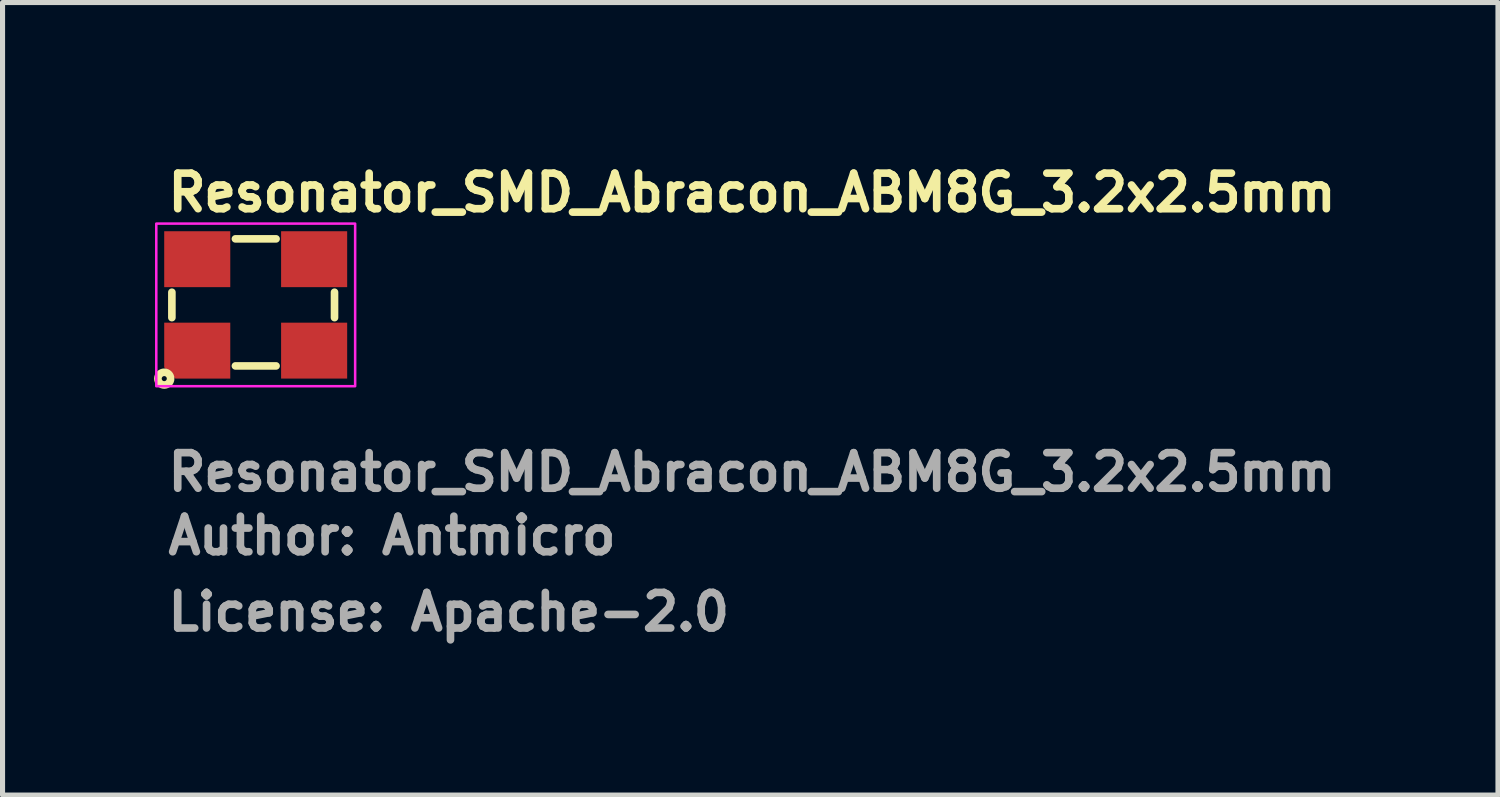
<source format=kicad_pcb>
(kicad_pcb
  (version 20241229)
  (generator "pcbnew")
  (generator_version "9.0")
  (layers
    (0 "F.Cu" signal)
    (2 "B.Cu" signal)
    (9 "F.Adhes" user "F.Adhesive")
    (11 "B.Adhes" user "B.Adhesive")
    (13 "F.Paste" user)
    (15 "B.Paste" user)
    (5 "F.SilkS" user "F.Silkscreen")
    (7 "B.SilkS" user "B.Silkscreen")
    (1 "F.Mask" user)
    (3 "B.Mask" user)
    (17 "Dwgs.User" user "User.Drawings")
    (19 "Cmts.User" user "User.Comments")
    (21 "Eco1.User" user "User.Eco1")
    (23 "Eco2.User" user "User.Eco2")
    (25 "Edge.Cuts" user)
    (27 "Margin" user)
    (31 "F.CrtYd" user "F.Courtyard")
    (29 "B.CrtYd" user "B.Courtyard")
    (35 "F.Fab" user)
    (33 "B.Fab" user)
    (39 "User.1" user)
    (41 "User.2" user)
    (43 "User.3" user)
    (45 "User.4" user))
  (footprint "Resonator_SMD_Abracon_ABM8G_3.2x2.5mm"
    (layer "F.Cu")
    (at 1.932 2.9)
    (property "Reference" "Resonator_SMD_Abracon_ABM8G_3.2x2.5mm" (at -1.75 -1.75 180) (layer "F.SilkS") (effects (font (size 0.7 0.7) (thickness 0.15)) (justify left bottom)))
    (attr smd)
    (fp_line (start -1.6 0.3) (end -1.6 -0.2) (stroke (width 0.15) (type solid)) (layer "F.SilkS"))
    (fp_line (start -0.35 -1.25) (end 0.45 -1.25) (stroke (width 0.15) (type solid)) (layer "F.SilkS"))
    (fp_line (start -0.35 1.25) (end 0.45 1.25) (stroke (width 0.15) (type solid)) (layer "F.SilkS"))
    (fp_line (start 1.6 0.3) (end 1.6 -0.2) (stroke (width 0.15) (type solid)) (layer "F.SilkS"))
    (fp_circle (center -1.75 1.5) (end -1.7 1.5) (stroke (width 0.15) (type solid)) (fill no) (layer "F.SilkS"))
    (fp_rect (start -1.907 -1.55) (end 2.006 1.649) (stroke (width 0.05) (type solid)) (fill no) (layer "F.CrtYd"))
    (fp_rect (start -1.607 -1.25) (end 1.606 1.249) (stroke (width 0.1) (type solid)) (fill no) (layer "User.5"))
    (fp_line (start -1.607 -1.071) (end -1.605 -1.081) (stroke (width 0.02) (type solid)) (layer "User.9"))
    (fp_line (start -1.607 -1.061) (end -1.607 -1.071) (stroke (width 0.02) (type solid)) (layer "User.9"))
    (fp_line (start -1.607 -1.051) (end -1.607 -1.061) (stroke (width 0.02) (type solid)) (layer "User.9"))
    (fp_line (start -1.607 -1.051) (end -1.607 -0.951) (stroke (width 0.02) (type solid)) (layer "User.9"))
    (fp_line (start -1.607 -0.951) (end -1.591 -0.951) (stroke (width 0.02) (type solid)) (layer "User.9"))
    (fp_line (start -1.607 0.949) (end -1.607 1.05) (stroke (width 0.02) (type solid)) (layer "User.9"))
    (fp_line (start -1.607 1.05) (end -1.607 1.058) (stroke (width 0.02) (type solid)) (layer "User.9"))
    (fp_line (start -1.607 1.058) (end -1.607 1.068) (stroke (width 0.02) (type solid)) (layer "User.9"))
    (fp_line (start -1.607 1.068) (end -1.605 1.078) (stroke (width 0.02) (type solid)) (layer "User.9"))
    (fp_line (start -1.605 -1.091) (end -1.601 -1.099) (stroke (width 0.02) (type solid)) (layer "User.9"))
    (fp_line (start -1.605 -1.081) (end -1.605 -1.091) (stroke (width 0.02) (type solid)) (layer "User.9"))
    (fp_line (start -1.605 1.078) (end -1.605 1.088) (stroke (width 0.02) (type solid)) (layer "User.9"))
    (fp_line (start -1.605 1.088) (end -1.601 1.098) (stroke (width 0.02) (type solid)) (layer "User.9"))
    (fp_line (start -1.601 -1.099) (end -1.599 -1.109) (stroke (width 0.02) (type solid)) (layer "User.9"))
    (fp_line (start -1.601 1.098) (end -1.599 1.108) (stroke (width 0.02) (type solid)) (layer "User.9"))
    (fp_line (start -1.599 -1.109) (end -1.597 -1.119) (stroke (width 0.02) (type solid)) (layer "User.9"))
    (fp_line (start -1.599 1.108) (end -1.597 1.116) (stroke (width 0.02) (type solid)) (layer "User.9"))
    (fp_line (start -1.597 -1.119) (end -1.593 -1.127) (stroke (width 0.02) (type solid)) (layer "User.9"))
    (fp_line (start -1.597 1.116) (end -1.593 1.126) (stroke (width 0.02) (type solid)) (layer "User.9"))
    (fp_line (start -1.593 -1.127) (end -1.589 -1.137) (stroke (width 0.02) (type solid)) (layer "User.9"))
    (fp_line (start -1.593 1.126) (end -1.589 1.134) (stroke (width 0.02) (type solid)) (layer "User.9"))
    (fp_line (start -1.591 -1.061) (end -1.589 -1.071) (stroke (width 0.02) (type solid)) (layer "User.9"))
    (fp_line (start -1.591 -1.051) (end -1.591 -1.061) (stroke (width 0.02) (type solid)) (layer "User.9"))
    (fp_line (start -1.591 -1.041) (end -1.591 -1.051) (stroke (width 0.02) (type solid)) (layer "User.9"))
    (fp_line (start -1.591 -1.041) (end -1.591 1.04) (stroke (width 0.02) (type solid)) (layer "User.9"))
    (fp_line (start -1.591 0.949) (end -1.607 0.949) (stroke (width 0.02) (type solid)) (layer "User.9"))
    (fp_line (start -1.591 1.048) (end -1.591 1.04) (stroke (width 0.02) (type solid)) (layer "User.9"))
    (fp_line (start -1.591 1.058) (end -1.591 1.048) (stroke (width 0.02) (type solid)) (layer "User.9"))
    (fp_line (start -1.589 -1.137) (end -1.585 -1.145) (stroke (width 0.02) (type solid)) (layer "User.9"))
    (fp_line (start -1.589 -1.071) (end -1.587 -1.081) (stroke (width 0.02) (type solid)) (layer "User.9"))
    (fp_line (start -1.589 1.068) (end -1.591 1.058) (stroke (width 0.02) (type solid)) (layer "User.9"))
    (fp_line (start -1.589 1.134) (end -1.585 1.144) (stroke (width 0.02) (type solid)) (layer "User.9"))
    (fp_line (start -1.587 -1.081) (end -1.585 -1.089) (stroke (width 0.02) (type solid)) (layer "User.9"))
    (fp_line (start -1.587 1.078) (end -1.589 1.068) (stroke (width 0.02) (type solid)) (layer "User.9"))
    (fp_line (start -1.585 -1.145) (end -1.579 -1.154) (stroke (width 0.02) (type solid)) (layer "User.9"))
    (fp_line (start -1.585 -1.089) (end -1.583 -1.099) (stroke (width 0.02) (type solid)) (layer "User.9"))
    (fp_line (start -1.585 1.088) (end -1.587 1.078) (stroke (width 0.02) (type solid)) (layer "User.9"))
    (fp_line (start -1.585 1.144) (end -1.579 1.152) (stroke (width 0.02) (type solid)) (layer "User.9"))
    (fp_line (start -1.583 -1.099) (end -1.579 -1.109) (stroke (width 0.02) (type solid)) (layer "User.9"))
    (fp_line (start -1.583 1.098) (end -1.585 1.088) (stroke (width 0.02) (type solid)) (layer "User.9"))
    (fp_line (start -1.579 -1.154) (end -1.575 -1.162) (stroke (width 0.02) (type solid)) (layer "User.9"))
    (fp_line (start -1.579 -1.109) (end -1.575 -1.117) (stroke (width 0.02) (type solid)) (layer "User.9"))
    (fp_line (start -1.579 1.106) (end -1.583 1.098) (stroke (width 0.02) (type solid)) (layer "User.9"))
    (fp_line (start -1.579 1.152) (end -1.575 1.159) (stroke (width 0.02) (type solid)) (layer "User.9"))
    (fp_line (start -1.575 -1.162) (end -1.569 -1.17) (stroke (width 0.02) (type solid)) (layer "User.9"))
    (fp_line (start -1.575 -1.117) (end -1.571 -1.127) (stroke (width 0.02) (type solid)) (layer "User.9"))
    (fp_line (start -1.575 1.116) (end -1.579 1.106) (stroke (width 0.02) (type solid)) (layer "User.9"))
    (fp_line (start -1.575 1.159) (end -1.569 1.167) (stroke (width 0.02) (type solid)) (layer "User.9"))
    (fp_line (start -1.571 -1.127) (end -1.567 -1.135) (stroke (width 0.02) (type solid)) (layer "User.9"))
    (fp_line (start -1.571 -1.059) (end -1.571 -1.051) (stroke (width 0.02) (type solid)) (layer "User.9"))
    (fp_line (start -1.571 -1.051) (end -1.571 -1.041) (stroke (width 0.02) (type solid)) (layer "User.9"))
    (fp_line (start -1.571 1.04) (end -1.571 1.048) (stroke (width 0.02) (type solid)) (layer "User.9"))
    (fp_line (start -1.571 1.048) (end -1.571 1.058) (stroke (width 0.02) (type solid)) (layer "User.9"))
    (fp_line (start -1.571 1.058) (end -1.569 1.066) (stroke (width 0.02) (type solid)) (layer "User.9"))
    (fp_line (start -1.571 1.124) (end -1.575 1.116) (stroke (width 0.02) (type solid)) (layer "User.9"))
    (fp_line (start -1.569 -1.17) (end -1.563 -1.178) (stroke (width 0.02) (type solid)) (layer "User.9"))
    (fp_line (start -1.569 -1.069) (end -1.571 -1.059) (stroke (width 0.02) (type solid)) (layer "User.9"))
    (fp_line (start -1.569 1.066) (end -1.567 1.074) (stroke (width 0.02) (type solid)) (layer "User.9"))
    (fp_line (start -1.569 1.167) (end -1.563 1.175) (stroke (width 0.02) (type solid)) (layer "User.9"))
    (fp_line (start -1.567 -1.135) (end -1.563 -1.143) (stroke (width 0.02) (type solid)) (layer "User.9"))
    (fp_line (start -1.567 -1.077) (end -1.569 -1.069) (stroke (width 0.02) (type solid)) (layer "User.9"))
    (fp_line (start -1.567 1.074) (end -1.565 1.084) (stroke (width 0.02) (type solid)) (layer "User.9"))
    (fp_line (start -1.567 1.134) (end -1.571 1.124) (stroke (width 0.02) (type solid)) (layer "User.9"))
    (fp_line (start -1.565 -1.085) (end -1.567 -1.077) (stroke (width 0.02) (type solid)) (layer "User.9"))
    (fp_line (start -1.565 1.084) (end -1.563 1.092) (stroke (width 0.02) (type solid)) (layer "User.9"))
    (fp_line (start -1.563 -1.178) (end -1.557 -1.186) (stroke (width 0.02) (type solid)) (layer "User.9"))
    (fp_line (start -1.563 -1.143) (end -1.557 -1.151) (stroke (width 0.02) (type solid)) (layer "User.9"))
    (fp_line (start -1.563 -1.095) (end -1.565 -1.085) (stroke (width 0.02) (type solid)) (layer "User.9"))
    (fp_line (start -1.563 1.092) (end -1.561 1.1) (stroke (width 0.02) (type solid)) (layer "User.9"))
    (fp_line (start -1.563 1.142) (end -1.567 1.134) (stroke (width 0.02) (type solid)) (layer "User.9"))
    (fp_line (start -1.563 1.175) (end -1.557 1.183) (stroke (width 0.02) (type solid)) (layer "User.9"))
    (fp_line (start -1.561 -1.103) (end -1.563 -1.095) (stroke (width 0.02) (type solid)) (layer "User.9"))
    (fp_line (start -1.561 1.1) (end -1.557 1.108) (stroke (width 0.02) (type solid)) (layer "User.9"))
    (fp_line (start -1.557 -1.186) (end -1.549 -1.192) (stroke (width 0.02) (type solid)) (layer "User.9"))
    (fp_line (start -1.557 -1.151) (end -1.551 -1.16) (stroke (width 0.02) (type solid)) (layer "User.9"))
    (fp_line (start -1.557 -1.111) (end -1.561 -1.103) (stroke (width 0.02) (type solid)) (layer "User.9"))
    (fp_line (start -1.557 1.108) (end -1.555 1.116) (stroke (width 0.02) (type solid)) (layer "User.9"))
    (fp_line (start -1.557 1.15) (end -1.563 1.142) (stroke (width 0.02) (type solid)) (layer "User.9"))
    (fp_line (start -1.557 1.183) (end -1.549 1.191) (stroke (width 0.02) (type solid)) (layer "User.9"))
    (fp_line (start -1.555 -1.119) (end -1.557 -1.111) (stroke (width 0.02) (type solid)) (layer "User.9"))
    (fp_line (start -1.555 1.116) (end -1.551 1.124) (stroke (width 0.02) (type solid)) (layer "User.9"))
    (fp_line (start -1.551 -1.16) (end -1.545 -1.168) (stroke (width 0.02) (type solid)) (layer "User.9"))
    (fp_line (start -1.551 -1.125) (end -1.555 -1.119) (stroke (width 0.02) (type solid)) (layer "User.9"))
    (fp_line (start -1.551 1.124) (end -1.545 1.132) (stroke (width 0.02) (type solid)) (layer "User.9"))
    (fp_line (start -1.551 1.157) (end -1.557 1.15) (stroke (width 0.02) (type solid)) (layer "User.9"))
    (fp_line (start -1.549 -1.192) (end -1.549 -1.192) (stroke (width 0.02) (type solid)) (layer "User.9"))
    (fp_line (start -1.549 -1.192) (end -1.543 -1.2) (stroke (width 0.02) (type solid)) (layer "User.9"))
    (fp_line (start -1.549 1.191) (end -1.549 1.191) (stroke (width 0.02) (type solid)) (layer "User.9"))
    (fp_line (start -1.549 1.191) (end -1.543 1.197) (stroke (width 0.02) (type solid)) (layer "User.9"))
    (fp_line (start -1.547 -1.133) (end -1.551 -1.125) (stroke (width 0.02) (type solid)) (layer "User.9"))
    (fp_line (start -1.545 -1.168) (end -1.539 -1.176) (stroke (width 0.02) (type solid)) (layer "User.9"))
    (fp_line (start -1.545 1.132) (end -1.541 1.138) (stroke (width 0.02) (type solid)) (layer "User.9"))
    (fp_line (start -1.545 1.165) (end -1.551 1.157) (stroke (width 0.02) (type solid)) (layer "User.9"))
    (fp_line (start -1.543 -1.2) (end -1.534 -1.206) (stroke (width 0.02) (type solid)) (layer "User.9"))
    (fp_line (start -1.543 1.197) (end -1.534 1.203) (stroke (width 0.02) (type solid)) (layer "User.9"))
    (fp_line (start -1.541 -1.141) (end -1.547 -1.133) (stroke (width 0.02) (type solid)) (layer "User.9"))
    (fp_line (start -1.541 1.138) (end -1.536 1.146) (stroke (width 0.02) (type solid)) (layer "User.9"))
    (fp_line (start -1.539 -1.176) (end -1.532 -1.182) (stroke (width 0.02) (type solid)) (layer "User.9"))
    (fp_line (start -1.539 1.173) (end -1.545 1.165) (stroke (width 0.02) (type solid)) (layer "User.9"))
    (fp_line (start -1.536 -1.147) (end -1.541 -1.141) (stroke (width 0.02) (type solid)) (layer "User.9"))
    (fp_line (start -1.536 1.146) (end -1.53 1.153) (stroke (width 0.02) (type solid)) (layer "User.9"))
    (fp_line (start -1.534 -1.206) (end -1.526 -1.212) (stroke (width 0.02) (type solid)) (layer "User.9"))
    (fp_line (start -1.534 1.203) (end -1.526 1.209) (stroke (width 0.02) (type solid)) (layer "User.9"))
    (fp_line (start -1.532 -1.182) (end -1.532 -1.182) (stroke (width 0.02) (type solid)) (layer "User.9"))
    (fp_line (start -1.532 -1.182) (end -1.526 -1.19) (stroke (width 0.02) (type solid)) (layer "User.9"))
    (fp_line (start -1.532 1.181) (end -1.539 1.173) (stroke (width 0.02) (type solid)) (layer "User.9"))
    (fp_line (start -1.532 1.181) (end -1.532 1.181) (stroke (width 0.02) (type solid)) (layer "User.9"))
    (fp_line (start -1.53 -1.154) (end -1.536 -1.147) (stroke (width 0.02) (type solid)) (layer "User.9"))
    (fp_line (start -1.53 1.153) (end -1.524 1.159) (stroke (width 0.02) (type solid)) (layer "User.9"))
    (fp_line (start -1.526 -1.212) (end -1.518 -1.218) (stroke (width 0.02) (type solid)) (layer "User.9"))
    (fp_line (start -1.526 -1.19) (end -1.518 -1.196) (stroke (width 0.02) (type solid)) (layer "User.9"))
    (fp_line (start -1.526 1.187) (end -1.532 1.181) (stroke (width 0.02) (type solid)) (layer "User.9"))
    (fp_line (start -1.526 1.209) (end -1.518 1.215) (stroke (width 0.02) (type solid)) (layer "User.9"))
    (fp_line (start -1.524 -1.162) (end -1.53 -1.154) (stroke (width 0.02) (type solid)) (layer "User.9"))
    (fp_line (start -1.524 1.159) (end -1.518 1.167) (stroke (width 0.02) (type solid)) (layer "User.9"))
    (fp_line (start -1.52 -0.837) (end -1.518 -0.845) (stroke (width 0.02) (type solid)) (layer "User.9"))
    (fp_line (start -1.52 -0.831) (end -1.52 -0.837) (stroke (width 0.02) (type solid)) (layer "User.9"))
    (fp_line (start -1.52 -0.824) (end -1.52 -0.831) (stroke (width 0.02) (type solid)) (layer "User.9"))
    (fp_line (start -1.52 -0.816) (end -1.52 -0.824) (stroke (width 0.02) (type solid)) (layer "User.9"))
    (fp_line (start -1.52 -0.809) (end -1.52 -0.816) (stroke (width 0.02) (type solid)) (layer "User.9"))
    (fp_line (start -1.52 -0.802) (end -1.52 -0.809) (stroke (width 0.02) (type solid)) (layer "User.9"))
    (fp_line (start -1.52 0.807) (end -1.52 0.8) (stroke (width 0.02) (type solid)) (layer "User.9"))
    (fp_line (start -1.52 0.815) (end -1.52 0.807) (stroke (width 0.02) (type solid)) (layer "User.9"))
    (fp_line (start -1.52 0.822) (end -1.52 0.815) (stroke (width 0.02) (type solid)) (layer "User.9"))
    (fp_line (start -1.52 0.83) (end -1.52 0.822) (stroke (width 0.02) (type solid)) (layer "User.9"))
    (fp_line (start -1.518 -1.218) (end -1.51 -1.222) (stroke (width 0.02) (type solid)) (layer "User.9"))
    (fp_line (start -1.518 -1.196) (end -1.51 -1.202) (stroke (width 0.02) (type solid)) (layer "User.9"))
    (fp_line (start -1.518 -1.168) (end -1.524 -1.162) (stroke (width 0.02) (type solid)) (layer "User.9"))
    (fp_line (start -1.518 -1.168) (end -1.518 -1.168) (stroke (width 0.02) (type solid)) (layer "User.9"))
    (fp_line (start -1.518 -0.845) (end -1.516 -0.852) (stroke (width 0.02) (type solid)) (layer "User.9"))
    (fp_line (start -1.518 0.837) (end -1.52 0.83) (stroke (width 0.02) (type solid)) (layer "User.9"))
    (fp_line (start -1.518 0.844) (end -1.518 0.837) (stroke (width 0.02) (type solid)) (layer "User.9"))
    (fp_line (start -1.518 1.167) (end -1.518 1.167) (stroke (width 0.02) (type solid)) (layer "User.9"))
    (fp_line (start -1.518 1.167) (end -1.512 1.173) (stroke (width 0.02) (type solid)) (layer "User.9"))
    (fp_line (start -1.518 1.193) (end -1.526 1.187) (stroke (width 0.02) (type solid)) (layer "User.9"))
    (fp_line (start -1.518 1.215) (end -1.51 1.221) (stroke (width 0.02) (type solid)) (layer "User.9"))
    (fp_line (start -1.516 -0.859) (end -1.514 -0.867) (stroke (width 0.02) (type solid)) (layer "User.9"))
    (fp_line (start -1.516 -0.852) (end -1.516 -0.859) (stroke (width 0.02) (type solid)) (layer "User.9"))
    (fp_line (start -1.516 0.851) (end -1.518 0.844) (stroke (width 0.02) (type solid)) (layer "User.9"))
    (fp_line (start -1.516 0.859) (end -1.516 0.851) (stroke (width 0.02) (type solid)) (layer "User.9"))
    (fp_line (start -1.514 -0.867) (end -1.512 -0.874) (stroke (width 0.02) (type solid)) (layer "User.9"))
    (fp_line (start -1.514 0.866) (end -1.516 0.859) (stroke (width 0.02) (type solid)) (layer "User.9"))
    (fp_line (start -1.512 -1.174) (end -1.518 -1.168) (stroke (width 0.02) (type solid)) (layer "User.9"))
    (fp_line (start -1.512 -0.874) (end -1.51 -0.881) (stroke (width 0.02) (type solid)) (layer "User.9"))
    (fp_line (start -1.512 0.873) (end -1.514 0.866) (stroke (width 0.02) (type solid)) (layer "User.9"))
    (fp_line (start -1.512 1.173) (end -1.504 1.179) (stroke (width 0.02) (type solid)) (layer "User.9"))
    (fp_line (start -1.51 -1.222) (end -1.502 -1.228) (stroke (width 0.02) (type solid)) (layer "User.9"))
    (fp_line (start -1.51 -1.202) (end -1.502 -1.208) (stroke (width 0.02) (type solid)) (layer "User.9"))
    (fp_line (start -1.51 -0.881) (end -1.508 -0.889) (stroke (width 0.02) (type solid)) (layer "User.9"))
    (fp_line (start -1.51 0.881) (end -1.512 0.873) (stroke (width 0.02) (type solid)) (layer "User.9"))
    (fp_line (start -1.51 1.199) (end -1.518 1.193) (stroke (width 0.02) (type solid)) (layer "User.9"))
    (fp_line (start -1.51 1.221) (end -1.502 1.225) (stroke (width 0.02) (type solid)) (layer "User.9"))
    (fp_line (start -1.508 -0.889) (end -1.506 -0.896) (stroke (width 0.02) (type solid)) (layer "User.9"))
    (fp_line (start -1.508 0.888) (end -1.51 0.881) (stroke (width 0.02) (type solid)) (layer "User.9"))
    (fp_line (start -1.506 -0.896) (end -1.504 -0.905) (stroke (width 0.02) (type solid)) (layer "User.9"))
    (fp_line (start -1.506 0.896) (end -1.508 0.888) (stroke (width 0.02) (type solid)) (layer "User.9"))
    (fp_line (start -1.504 -1.18) (end -1.512 -1.174) (stroke (width 0.02) (type solid)) (layer "User.9"))
    (fp_line (start -1.504 -0.905) (end -1.502 -0.912) (stroke (width 0.02) (type solid)) (layer "User.9"))
    (fp_line (start -1.504 0.903) (end -1.506 0.896) (stroke (width 0.02) (type solid)) (layer "User.9"))
    (fp_line (start -1.504 1.179) (end -1.498 1.185) (stroke (width 0.02) (type solid)) (layer "User.9"))
    (fp_line (start -1.502 -1.228) (end -1.494 -1.232) (stroke (width 0.02) (type solid)) (layer "User.9"))
    (fp_line (start -1.502 -1.208) (end -1.494 -1.212) (stroke (width 0.02) (type solid)) (layer "User.9"))
    (fp_line (start -1.502 -0.912) (end -1.498 -0.919) (stroke (width 0.02) (type solid)) (layer "User.9"))
    (fp_line (start -1.502 0.91) (end -1.504 0.903) (stroke (width 0.02) (type solid)) (layer "User.9"))
    (fp_line (start -1.502 1.205) (end -1.51 1.199) (stroke (width 0.02) (type solid)) (layer "User.9"))
    (fp_line (start -1.502 1.225) (end -1.494 1.229) (stroke (width 0.02) (type solid)) (layer "User.9"))
    (fp_line (start -1.5 -0.831) (end -1.498 -0.845) (stroke (width 0.02) (type solid)) (layer "User.9"))
    (fp_line (start -1.5 -0.816) (end -1.5 -0.831) (stroke (width 0.02) (type solid)) (layer "User.9"))
    (fp_line (start -1.5 -0.802) (end -1.5 -0.816) (stroke (width 0.02) (type solid)) (layer "User.9"))
    (fp_line (start -1.5 -0.802) (end -1.5 0.8) (stroke (width 0.02) (type solid)) (layer "User.9"))
    (fp_line (start -1.5 -0.802) (end -1.5 0.8) (stroke (width 0.02) (type solid)) (layer "User.9"))
    (fp_line (start -1.5 0.814) (end -1.5 0.8) (stroke (width 0.02) (type solid)) (layer "User.9"))
    (fp_line (start -1.5 0.829) (end -1.5 0.814) (stroke (width 0.02) (type solid)) (layer "User.9"))
    (fp_line (start -1.498 -1.186) (end -1.504 -1.18) (stroke (width 0.02) (type solid)) (layer "User.9"))
    (fp_line (start -1.498 -0.919) (end -1.498 -0.919) (stroke (width 0.02) (type solid)) (layer "User.9"))
    (fp_line (start -1.498 -0.919) (end -1.496 -0.927) (stroke (width 0.02) (type solid)) (layer "User.9"))
    (fp_line (start -1.498 -0.845) (end -1.496 -0.859) (stroke (width 0.02) (type solid)) (layer "User.9"))
    (fp_line (start -1.498 0.843) (end -1.5 0.829) (stroke (width 0.02) (type solid)) (layer "User.9"))
    (fp_line (start -1.498 0.917) (end -1.502 0.91) (stroke (width 0.02) (type solid)) (layer "User.9"))
    (fp_line (start -1.498 0.917) (end -1.498 0.917) (stroke (width 0.02) (type solid)) (layer "User.9"))
    (fp_line (start -1.498 1.185) (end -1.49 1.189) (stroke (width 0.02) (type solid)) (layer "User.9"))
    (fp_line (start -1.496 -0.927) (end -1.492 -0.934) (stroke (width 0.02) (type solid)) (layer "User.9"))
    (fp_line (start -1.496 -0.859) (end -1.492 -0.874) (stroke (width 0.02) (type solid)) (layer "User.9"))
    (fp_line (start -1.496 0.857) (end -1.498 0.843) (stroke (width 0.02) (type solid)) (layer "User.9"))
    (fp_line (start -1.496 0.925) (end -1.498 0.917) (stroke (width 0.02) (type solid)) (layer "User.9"))
    (fp_line (start -1.494 -1.232) (end -1.484 -1.236) (stroke (width 0.02) (type solid)) (layer "User.9"))
    (fp_line (start -1.494 -1.212) (end -1.486 -1.218) (stroke (width 0.02) (type solid)) (layer "User.9"))
    (fp_line (start -1.494 1.211) (end -1.502 1.205) (stroke (width 0.02) (type solid)) (layer "User.9"))
    (fp_line (start -1.494 1.229) (end -1.484 1.233) (stroke (width 0.02) (type solid)) (layer "User.9"))
    (fp_line (start -1.492 -0.934) (end -1.488 -0.942) (stroke (width 0.02) (type solid)) (layer "User.9"))
    (fp_line (start -1.492 -0.874) (end -1.488 -0.888) (stroke (width 0.02) (type solid)) (layer "User.9"))
    (fp_line (start -1.492 0.872) (end -1.496 0.857) (stroke (width 0.02) (type solid)) (layer "User.9"))
    (fp_line (start -1.492 0.933) (end -1.496 0.925) (stroke (width 0.02) (type solid)) (layer "User.9"))
    (fp_line (start -1.49 -1.192) (end -1.498 -1.186) (stroke (width 0.02) (type solid)) (layer "User.9"))
    (fp_line (start -1.49 1.189) (end -1.484 1.195) (stroke (width 0.02) (type solid)) (layer "User.9"))
    (fp_line (start -1.488 -0.942) (end -1.484 -0.949) (stroke (width 0.02) (type solid)) (layer "User.9"))
    (fp_line (start -1.488 -0.888) (end -1.484 -0.903) (stroke (width 0.02) (type solid)) (layer "User.9"))
    (fp_line (start -1.488 0.886) (end -1.492 0.872) (stroke (width 0.02) (type solid)) (layer "User.9"))
    (fp_line (start -1.488 0.94) (end -1.492 0.933) (stroke (width 0.02) (type solid)) (layer "User.9"))
    (fp_line (start -1.486 -1.218) (end -1.476 -1.222) (stroke (width 0.02) (type solid)) (layer "User.9"))
    (fp_line (start -1.486 1.215) (end -1.494 1.211) (stroke (width 0.02) (type solid)) (layer "User.9"))
    (fp_line (start -1.484 -1.236) (end -1.476 -1.24) (stroke (width 0.02) (type solid)) (layer "User.9"))
    (fp_line (start -1.484 -1.196) (end -1.49 -1.192) (stroke (width 0.02) (type solid)) (layer "User.9"))
    (fp_line (start -1.484 -0.949) (end -1.48 -0.956) (stroke (width 0.02) (type solid)) (layer "User.9"))
    (fp_line (start -1.484 -0.903) (end -1.478 -0.916) (stroke (width 0.02) (type solid)) (layer "User.9"))
    (fp_line (start -1.484 0.901) (end -1.488 0.886) (stroke (width 0.02) (type solid)) (layer "User.9"))
    (fp_line (start -1.484 0.948) (end -1.488 0.94) (stroke (width 0.02) (type solid)) (layer "User.9"))
    (fp_line (start -1.484 1.195) (end -1.476 1.199) (stroke (width 0.02) (type solid)) (layer "User.9"))
    (fp_line (start -1.484 1.233) (end -1.476 1.237) (stroke (width 0.02) (type solid)) (layer "User.9"))
    (fp_line (start -1.48 -0.956) (end -1.476 -0.962) (stroke (width 0.02) (type solid)) (layer "User.9"))
    (fp_line (start -1.48 0.955) (end -1.484 0.948) (stroke (width 0.02) (type solid)) (layer "User.9"))
    (fp_line (start -1.478 -0.916) (end -1.472 -0.93) (stroke (width 0.02) (type solid)) (layer "User.9"))
    (fp_line (start -1.478 0.914) (end -1.484 0.901) (stroke (width 0.02) (type solid)) (layer "User.9"))
    (fp_line (start -1.476 -1.24) (end -1.466 -1.242) (stroke (width 0.02) (type solid)) (layer "User.9"))
    (fp_line (start -1.476 -1.222) (end -1.468 -1.226) (stroke (width 0.02) (type solid)) (layer "User.9"))
    (fp_line (start -1.476 -1.2) (end -1.484 -1.196) (stroke (width 0.02) (type solid)) (layer "User.9"))
    (fp_line (start -1.476 -0.962) (end -1.472 -0.969) (stroke (width 0.02) (type solid)) (layer "User.9"))
    (fp_line (start -1.476 0.961) (end -1.48 0.955) (stroke (width 0.02) (type solid)) (layer "User.9"))
    (fp_line (start -1.476 1.199) (end -1.468 1.203) (stroke (width 0.02) (type solid)) (layer "User.9"))
    (fp_line (start -1.476 1.219) (end -1.486 1.215) (stroke (width 0.02) (type solid)) (layer "User.9"))
    (fp_line (start -1.476 1.237) (end -1.466 1.241) (stroke (width 0.02) (type solid)) (layer "User.9"))
    (fp_line (start -1.472 -0.969) (end -1.468 -0.976) (stroke (width 0.02) (type solid)) (layer "User.9"))
    (fp_line (start -1.472 -0.93) (end -1.466 -0.943) (stroke (width 0.02) (type solid)) (layer "User.9"))
    (fp_line (start -1.472 0.928) (end -1.478 0.914) (stroke (width 0.02) (type solid)) (layer "User.9"))
    (fp_line (start -1.472 0.968) (end -1.476 0.961) (stroke (width 0.02) (type solid)) (layer "User.9"))
    (fp_line (start -1.468 -1.226) (end -1.458 -1.23) (stroke (width 0.02) (type solid)) (layer "User.9"))
    (fp_line (start -1.468 -1.204) (end -1.476 -1.2) (stroke (width 0.02) (type solid)) (layer "User.9"))
    (fp_line (start -1.468 -0.976) (end -1.464 -0.983) (stroke (width 0.02) (type solid)) (layer "User.9"))
    (fp_line (start -1.468 0.975) (end -1.472 0.968) (stroke (width 0.02) (type solid)) (layer "User.9"))
    (fp_line (start -1.468 1.203) (end -1.46 1.205) (stroke (width 0.02) (type solid)) (layer "User.9"))
    (fp_line (start -1.468 1.223) (end -1.476 1.219) (stroke (width 0.02) (type solid)) (layer "User.9"))
    (fp_line (start -1.466 -1.242) (end -1.456 -1.244) (stroke (width 0.02) (type solid)) (layer "User.9"))
    (fp_line (start -1.466 -0.943) (end -1.458 -0.956) (stroke (width 0.02) (type solid)) (layer "User.9"))
    (fp_line (start -1.466 0.941) (end -1.472 0.928) (stroke (width 0.02) (type solid)) (layer "User.9"))
    (fp_line (start -1.466 1.241) (end -1.456 1.243) (stroke (width 0.02) (type solid)) (layer "User.9"))
    (fp_line (start -1.464 -0.983) (end -1.46 -0.989) (stroke (width 0.02) (type solid)) (layer "User.9"))
    (fp_line (start -1.464 0.982) (end -1.468 0.975) (stroke (width 0.02) (type solid)) (layer "User.9"))
    (fp_line (start -1.46 -1.208) (end -1.468 -1.204) (stroke (width 0.02) (type solid)) (layer "User.9"))
    (fp_line (start -1.46 -0.989) (end -1.454 -0.996) (stroke (width 0.02) (type solid)) (layer "User.9"))
    (fp_line (start -1.46 1.205) (end -1.452 1.209) (stroke (width 0.02) (type solid)) (layer "User.9"))
    (fp_line (start -1.458 -1.23) (end -1.45 -1.232) (stroke (width 0.02) (type solid)) (layer "User.9"))
    (fp_line (start -1.458 -0.956) (end -1.45 -0.967) (stroke (width 0.02) (type solid)) (layer "User.9"))
    (fp_line (start -1.458 0.954) (end -1.466 0.941) (stroke (width 0.02) (type solid)) (layer "User.9"))
    (fp_line (start -1.458 0.988) (end -1.464 0.982) (stroke (width 0.02) (type solid)) (layer "User.9"))
    (fp_line (start -1.458 1.227) (end -1.468 1.223) (stroke (width 0.02) (type solid)) (layer "User.9"))
    (fp_line (start -1.456 -1.244) (end -1.448 -1.248) (stroke (width 0.02) (type solid)) (layer "User.9"))
    (fp_line (start -1.456 1.243) (end -1.448 1.245) (stroke (width 0.02) (type solid)) (layer "User.9"))
    (fp_line (start -1.454 -0.996) (end -1.45 -1.002) (stroke (width 0.02) (type solid)) (layer "User.9"))
    (fp_line (start -1.454 0.995) (end -1.458 0.988) (stroke (width 0.02) (type solid)) (layer "User.9"))
    (fp_line (start -1.452 -1.21) (end -1.46 -1.208) (stroke (width 0.02) (type solid)) (layer "User.9"))
    (fp_line (start -1.452 1.209) (end -1.444 1.211) (stroke (width 0.02) (type solid)) (layer "User.9"))
    (fp_line (start -1.45 -1.232) (end -1.44 -1.234) (stroke (width 0.02) (type solid)) (layer "User.9"))
    (fp_line (start -1.45 -1.002) (end -1.444 -1.01) (stroke (width 0.02) (type solid)) (layer "User.9"))
    (fp_line (start -1.45 -0.967) (end -1.442 -0.979) (stroke (width 0.02) (type solid)) (layer "User.9"))
    (fp_line (start -1.45 0.965) (end -1.458 0.954) (stroke (width 0.02) (type solid)) (layer "User.9"))
    (fp_line (start -1.45 1.231) (end -1.458 1.227) (stroke (width 0.02) (type solid)) (layer "User.9"))
    (fp_line (start -1.448 -1.248) (end -1.438 -1.248) (stroke (width 0.02) (type solid)) (layer "User.9"))
    (fp_line (start -1.448 1.001) (end -1.454 0.995) (stroke (width 0.02) (type solid)) (layer "User.9"))
    (fp_line (start -1.448 1.245) (end -1.438 1.247) (stroke (width 0.02) (type solid)) (layer "User.9"))
    (fp_line (start -1.444 -1.214) (end -1.452 -1.21) (stroke (width 0.02) (type solid)) (layer "User.9"))
    (fp_line (start -1.444 -1.01) (end -1.438 -1.016) (stroke (width 0.02) (type solid)) (layer "User.9"))
    (fp_line (start -1.444 1.007) (end -1.448 1.001) (stroke (width 0.02) (type solid)) (layer "User.9"))
    (fp_line (start -1.444 1.211) (end -1.436 1.213) (stroke (width 0.02) (type solid)) (layer "User.9"))
    (fp_line (start -1.442 -0.979) (end -1.434 -0.991) (stroke (width 0.02) (type solid)) (layer "User.9"))
    (fp_line (start -1.442 0.977) (end -1.45 0.965) (stroke (width 0.02) (type solid)) (layer "User.9"))
    (fp_line (start -1.44 -1.234) (end -1.43 -1.238) (stroke (width 0.02) (type solid)) (layer "User.9"))
    (fp_line (start -1.44 1.233) (end -1.45 1.231) (stroke (width 0.02) (type solid)) (layer "User.9"))
    (fp_line (start -1.438 -1.248) (end -1.428 -1.25) (stroke (width 0.02) (type solid)) (layer "User.9"))
    (fp_line (start -1.438 -1.016) (end -1.434 -1.022) (stroke (width 0.02) (type solid)) (layer "User.9"))
    (fp_line (start -1.438 1.013) (end -1.444 1.007) (stroke (width 0.02) (type solid)) (layer "User.9"))
    (fp_line (start -1.438 1.247) (end -1.428 1.249) (stroke (width 0.02) (type solid)) (layer "User.9"))
    (fp_line (start -1.436 -1.216) (end -1.444 -1.214) (stroke (width 0.02) (type solid)) (layer "User.9"))
    (fp_line (start -1.436 1.213) (end -1.428 1.215) (stroke (width 0.02) (type solid)) (layer "User.9"))
    (fp_line (start -1.434 -1.022) (end -1.428 -1.027) (stroke (width 0.02) (type solid)) (layer "User.9"))
    (fp_line (start -1.434 -0.991) (end -1.424 -1.002) (stroke (width 0.02) (type solid)) (layer "User.9"))
    (fp_line (start -1.434 0.989) (end -1.442 0.977) (stroke (width 0.02) (type solid)) (layer "User.9"))
    (fp_line (start -1.432 1.019) (end -1.438 1.013) (stroke (width 0.02) (type solid)) (layer "User.9"))
    (fp_line (start -1.43 -1.238) (end -1.42 -1.238) (stroke (width 0.02) (type solid)) (layer "User.9"))
    (fp_line (start -1.43 1.235) (end -1.44 1.233) (stroke (width 0.02) (type solid)) (layer "User.9"))
    (fp_line (start -1.428 -1.25) (end -1.418 -1.25) (stroke (width 0.02) (type solid)) (layer "User.9"))
    (fp_line (start -1.428 -1.027) (end -1.428 -1.027) (stroke (width 0.02) (type solid)) (layer "User.9"))
    (fp_line (start -1.428 -1.027) (end -1.422 -1.033) (stroke (width 0.02) (type solid)) (layer "User.9"))
    (fp_line (start -1.428 1.026) (end -1.432 1.019) (stroke (width 0.02) (type solid)) (layer "User.9"))
    (fp_line (start -1.428 1.026) (end -1.428 1.026) (stroke (width 0.02) (type solid)) (layer "User.9"))
    (fp_line (start -1.428 1.215) (end -1.418 1.217) (stroke (width 0.02) (type solid)) (layer "User.9"))
    (fp_line (start -1.428 1.249) (end -1.418 1.249) (stroke (width 0.02) (type solid)) (layer "User.9"))
    (fp_line (start -1.426 -1.218) (end -1.436 -1.216) (stroke (width 0.02) (type solid)) (layer "User.9"))
    (fp_line (start -1.424 -1.002) (end -1.414 -1.014) (stroke (width 0.02) (type solid)) (layer "User.9"))
    (fp_line (start -1.424 1.001) (end -1.434 0.989) (stroke (width 0.02) (type solid)) (layer "User.9"))
    (fp_line (start -1.422 -1.033) (end -1.416 -1.039) (stroke (width 0.02) (type solid)) (layer "User.9"))
    (fp_line (start -1.422 1.032) (end -1.428 1.026) (stroke (width 0.02) (type solid)) (layer "User.9"))
    (fp_line (start -1.42 -1.238) (end -1.41 -1.24) (stroke (width 0.02) (type solid)) (layer "User.9"))
    (fp_line (start -1.42 1.237) (end -1.43 1.235) (stroke (width 0.02) (type solid)) (layer "User.9"))
    (fp_line (start -1.418 -1.25) (end -1.407 -1.25) (stroke (width 0.02) (type solid)) (layer "User.9"))
    (fp_line (start -1.418 -1.22) (end -1.426 -1.218) (stroke (width 0.02) (type solid)) (layer "User.9"))
    (fp_line (start -1.418 1.217) (end -1.41 1.219) (stroke (width 0.02) (type solid)) (layer "User.9"))
    (fp_line (start -1.418 1.249) (end -1.407 1.249) (stroke (width 0.02) (type solid)) (layer "User.9"))
    (fp_line (start -1.416 -1.039) (end -1.41 -1.043) (stroke (width 0.02) (type solid)) (layer "User.9"))
    (fp_line (start -1.416 1.036) (end -1.422 1.032) (stroke (width 0.02) (type solid)) (layer "User.9"))
    (fp_line (start -1.414 -1.014) (end -1.414 -1.014) (stroke (width 0.02) (type solid)) (layer "User.9"))
    (fp_line (start -1.414 -1.014) (end -1.403 -1.024) (stroke (width 0.02) (type solid)) (layer "User.9"))
    (fp_line (start -1.414 1.011) (end -1.424 1.001) (stroke (width 0.02) (type solid)) (layer "User.9"))
    (fp_line (start -1.414 1.011) (end -1.414 1.011) (stroke (width 0.02) (type solid)) (layer "User.9"))
    (fp_line (start -1.41 -1.24) (end -1.401 -1.24) (stroke (width 0.02) (type solid)) (layer "User.9"))
    (fp_line (start -1.41 -1.22) (end -1.418 -1.22) (stroke (width 0.02) (type solid)) (layer "User.9"))
    (fp_line (start -1.41 -1.043) (end -1.403 -1.049) (stroke (width 0.02) (type solid)) (layer "User.9"))
    (fp_line (start -1.41 1.042) (end -1.416 1.036) (stroke (width 0.02) (type solid)) (layer "User.9"))
    (fp_line (start -1.41 1.219) (end -1.401 1.219) (stroke (width 0.02) (type solid)) (layer "User.9"))
    (fp_line (start -1.41 1.239) (end -1.42 1.237) (stroke (width 0.02) (type solid)) (layer "User.9"))
    (fp_line (start -1.407 1.249) (end -1.307 1.249) (stroke (width 0.02) (type solid)) (layer "User.9"))
    (fp_line (start -1.403 -1.049) (end -1.397 -1.055) (stroke (width 0.02) (type solid)) (layer "User.9"))
    (fp_line (start -1.403 -1.024) (end -1.391 -1.033) (stroke (width 0.02) (type solid)) (layer "User.9"))
    (fp_line (start -1.403 1.021) (end -1.414 1.011) (stroke (width 0.02) (type solid)) (layer "User.9"))
    (fp_line (start -1.403 1.048) (end -1.41 1.042) (stroke (width 0.02) (type solid)) (layer "User.9"))
    (fp_line (start -1.401 -1.24) (end -1.391 -1.24) (stroke (width 0.02) (type solid)) (layer "User.9"))
    (fp_line (start -1.401 -1.22) (end -1.41 -1.22) (stroke (width 0.02) (type solid)) (layer "User.9"))
    (fp_line (start -1.401 1.219) (end -1.391 1.219) (stroke (width 0.02) (type solid)) (layer "User.9"))
    (fp_line (start -1.401 1.239) (end -1.41 1.239) (stroke (width 0.02) (type solid)) (layer "User.9"))
    (fp_line (start -1.397 -1.055) (end -1.391 -1.059) (stroke (width 0.02) (type solid)) (layer "User.9"))
    (fp_line (start -1.397 1.052) (end -1.403 1.048) (stroke (width 0.02) (type solid)) (layer "User.9"))
    (fp_line (start -1.391 -1.22) (end -1.401 -1.22) (stroke (width 0.02) (type solid)) (layer "User.9"))
    (fp_line (start -1.391 -1.059) (end -1.385 -1.063) (stroke (width 0.02) (type solid)) (layer "User.9"))
    (fp_line (start -1.391 -1.033) (end -1.379 -1.043) (stroke (width 0.02) (type solid)) (layer "User.9"))
    (fp_line (start -1.391 1.032) (end -1.403 1.021) (stroke (width 0.02) (type solid)) (layer "User.9"))
    (fp_line (start -1.391 1.239) (end -1.401 1.239) (stroke (width 0.02) (type solid)) (layer "User.9"))
    (fp_line (start -1.391 1.239) (end 1.388 1.239) (stroke (width 0.02) (type solid)) (layer "User.9"))
    (fp_line (start -1.389 1.058) (end -1.397 1.052) (stroke (width 0.02) (type solid)) (layer "User.9"))
    (fp_line (start -1.385 -1.063) (end -1.377 -1.069) (stroke (width 0.02) (type solid)) (layer "User.9"))
    (fp_line (start -1.383 1.062) (end -1.389 1.058) (stroke (width 0.02) (type solid)) (layer "User.9"))
    (fp_line (start -1.379 -1.043) (end -1.367 -1.051) (stroke (width 0.02) (type solid)) (layer "User.9"))
    (fp_line (start -1.379 1.04) (end -1.391 1.032) (stroke (width 0.02) (type solid)) (layer "User.9"))
    (fp_line (start -1.377 -1.069) (end -1.371 -1.073) (stroke (width 0.02) (type solid)) (layer "User.9"))
    (fp_line (start -1.377 1.066) (end -1.383 1.062) (stroke (width 0.02) (type solid)) (layer "User.9"))
    (fp_line (start -1.371 -1.073) (end -1.363 -1.077) (stroke (width 0.02) (type solid)) (layer "User.9"))
    (fp_line (start -1.369 1.07) (end -1.377 1.066) (stroke (width 0.02) (type solid)) (layer "User.9"))
    (fp_line (start -1.367 -1.051) (end -1.355 -1.059) (stroke (width 0.02) (type solid)) (layer "User.9"))
    (fp_line (start -1.367 1.048) (end -1.379 1.04) (stroke (width 0.02) (type solid)) (layer "User.9"))
    (fp_line (start -1.363 -1.077) (end -1.357 -1.081) (stroke (width 0.02) (type solid)) (layer "User.9"))
    (fp_line (start -1.363 1.074) (end -1.369 1.07) (stroke (width 0.02) (type solid)) (layer "User.9"))
    (fp_line (start -1.357 -1.081) (end -1.349 -1.085) (stroke (width 0.02) (type solid)) (layer "User.9"))
    (fp_line (start -1.355 -1.059) (end -1.343 -1.065) (stroke (width 0.02) (type solid)) (layer "User.9"))
    (fp_line (start -1.355 1.056) (end -1.367 1.048) (stroke (width 0.02) (type solid)) (layer "User.9"))
    (fp_line (start -1.355 1.078) (end -1.363 1.074) (stroke (width 0.02) (type solid)) (layer "User.9"))
    (fp_line (start -1.349 -1.085) (end -1.341 -1.089) (stroke (width 0.02) (type solid)) (layer "User.9"))
    (fp_line (start -1.349 1.082) (end -1.355 1.078) (stroke (width 0.02) (type solid)) (layer "User.9"))
    (fp_line (start -1.343 -1.065) (end -1.329 -1.073) (stroke (width 0.02) (type solid)) (layer "User.9"))
    (fp_line (start -1.343 1.064) (end -1.355 1.056) (stroke (width 0.02) (type solid)) (layer "User.9"))
    (fp_line (start -1.341 -1.089) (end -1.335 -1.091) (stroke (width 0.02) (type solid)) (layer "User.9"))
    (fp_line (start -1.341 1.086) (end -1.349 1.082) (stroke (width 0.02) (type solid)) (layer "User.9"))
    (fp_line (start -1.335 -1.091) (end -1.327 -1.095) (stroke (width 0.02) (type solid)) (layer "User.9"))
    (fp_line (start -1.333 1.09) (end -1.341 1.086) (stroke (width 0.02) (type solid)) (layer "User.9"))
    (fp_line (start -1.329 -1.073) (end -1.315 -1.079) (stroke (width 0.02) (type solid)) (layer "User.9"))
    (fp_line (start -1.329 1.07) (end -1.343 1.064) (stroke (width 0.02) (type solid)) (layer "User.9"))
    (fp_line (start -1.327 -1.095) (end -1.319 -1.099) (stroke (width 0.02) (type solid)) (layer "User.9"))
    (fp_line (start -1.327 1.094) (end -1.333 1.09) (stroke (width 0.02) (type solid)) (layer "User.9"))
    (fp_line (start -1.319 -1.099) (end -1.319 -1.099) (stroke (width 0.02) (type solid)) (layer "User.9"))
    (fp_line (start -1.319 -1.099) (end -1.311 -1.101) (stroke (width 0.02) (type solid)) (layer "User.9"))
    (fp_line (start -1.319 1.096) (end -1.327 1.094) (stroke (width 0.02) (type solid)) (layer "User.9"))
    (fp_line (start -1.319 1.096) (end -1.319 1.096) (stroke (width 0.02) (type solid)) (layer "User.9"))
    (fp_line (start -1.315 -1.079) (end -1.303 -1.083) (stroke (width 0.02) (type solid)) (layer "User.9"))
    (fp_line (start -1.315 1.076) (end -1.329 1.07) (stroke (width 0.02) (type solid)) (layer "User.9"))
    (fp_line (start -1.313 1.239) (end -1.311 1.239) (stroke (width 0.02) (type solid)) (layer "User.9"))
    (fp_line (start -1.311 -1.101) (end -1.305 -1.103) (stroke (width 0.02) (type solid)) (layer "User.9"))
    (fp_line (start -1.311 1.1) (end -1.319 1.096) (stroke (width 0.02) (type solid)) (layer "User.9"))
    (fp_line (start -1.311 1.239) (end -1.307 1.239) (stroke (width 0.02) (type solid)) (layer "User.9"))
    (fp_line (start -1.307 -1.25) (end -1.407 -1.25) (stroke (width 0.02) (type solid)) (layer "User.9"))
    (fp_line (start -1.307 -1.24) (end -1.307 -1.25) (stroke (width 0.02) (type solid)) (layer "User.9"))
    (fp_line (start -1.307 1.249) (end -1.307 1.239) (stroke (width 0.02) (type solid)) (layer "User.9"))
    (fp_line (start -1.305 -1.103) (end -1.297 -1.107) (stroke (width 0.02) (type solid)) (layer "User.9"))
    (fp_line (start -1.305 1.102) (end -1.311 1.1) (stroke (width 0.02) (type solid)) (layer "User.9"))
    (fp_line (start -1.303 -1.083) (end -1.289 -1.089) (stroke (width 0.02) (type solid)) (layer "User.9"))
    (fp_line (start -1.303 1.082) (end -1.315 1.076) (stroke (width 0.02) (type solid)) (layer "User.9"))
    (fp_line (start -1.297 -1.107) (end -1.291 -1.109) (stroke (width 0.02) (type solid)) (layer "User.9"))
    (fp_line (start -1.297 1.104) (end -1.305 1.102) (stroke (width 0.02) (type solid)) (layer "User.9"))
    (fp_line (start -1.291 -1.109) (end -1.283 -1.111) (stroke (width 0.02) (type solid)) (layer "User.9"))
    (fp_line (start -1.289 -1.089) (end -1.274 -1.091) (stroke (width 0.02) (type solid)) (layer "User.9"))
    (fp_line (start -1.289 1.086) (end -1.303 1.082) (stroke (width 0.02) (type solid)) (layer "User.9"))
    (fp_line (start -1.289 1.106) (end -1.297 1.104) (stroke (width 0.02) (type solid)) (layer "User.9"))
    (fp_line (start -1.283 -1.111) (end -1.276 -1.113) (stroke (width 0.02) (type solid)) (layer "User.9"))
    (fp_line (start -1.281 1.108) (end -1.289 1.106) (stroke (width 0.02) (type solid)) (layer "User.9"))
    (fp_line (start -1.276 -1.113) (end -1.268 -1.113) (stroke (width 0.02) (type solid)) (layer "User.9"))
    (fp_line (start -1.274 -1.091) (end -1.26 -1.095) (stroke (width 0.02) (type solid)) (layer "User.9"))
    (fp_line (start -1.274 1.09) (end -1.289 1.086) (stroke (width 0.02) (type solid)) (layer "User.9"))
    (fp_line (start -1.274 1.11) (end -1.281 1.108) (stroke (width 0.02) (type solid)) (layer "User.9"))
    (fp_line (start -1.268 -1.113) (end -1.262 -1.115) (stroke (width 0.02) (type solid)) (layer "User.9"))
    (fp_line (start -1.268 1.112) (end -1.274 1.11) (stroke (width 0.02) (type solid)) (layer "User.9"))
    (fp_line (start -1.262 -1.115) (end -1.254 -1.117) (stroke (width 0.02) (type solid)) (layer "User.9"))
    (fp_line (start -1.26 -1.095) (end -1.246 -1.097) (stroke (width 0.02) (type solid)) (layer "User.9"))
    (fp_line (start -1.26 1.094) (end -1.274 1.09) (stroke (width 0.02) (type solid)) (layer "User.9"))
    (fp_line (start -1.26 1.114) (end -1.268 1.112) (stroke (width 0.02) (type solid)) (layer "User.9"))
    (fp_line (start -1.254 -1.117) (end -1.246 -1.117) (stroke (width 0.02) (type solid)) (layer "User.9"))
    (fp_line (start -1.252 1.114) (end -1.26 1.114) (stroke (width 0.02) (type solid)) (layer "User.9"))
    (fp_line (start -1.246 -1.117) (end -1.24 -1.119) (stroke (width 0.02) (type solid)) (layer "User.9"))
    (fp_line (start -1.246 -1.097) (end -1.23 -1.099) (stroke (width 0.02) (type solid)) (layer "User.9"))
    (fp_line (start -1.246 1.096) (end -1.26 1.094) (stroke (width 0.02) (type solid)) (layer "User.9"))
    (fp_line (start -1.246 1.116) (end -1.252 1.114) (stroke (width 0.02) (type solid)) (layer "User.9"))
    (fp_line (start -1.24 -1.119) (end -1.232 -1.119) (stroke (width 0.02) (type solid)) (layer "User.9"))
    (fp_line (start -1.238 1.118) (end -1.246 1.116) (stroke (width 0.02) (type solid)) (layer "User.9"))
    (fp_line (start -1.232 -1.119) (end -1.224 -1.121) (stroke (width 0.02) (type solid)) (layer "User.9"))
    (fp_line (start -1.23 -1.099) (end -1.216 -1.101) (stroke (width 0.02) (type solid)) (layer "User.9"))
    (fp_line (start -1.23 1.098) (end -1.246 1.096) (stroke (width 0.02) (type solid)) (layer "User.9"))
    (fp_line (start -1.23 1.118) (end -1.238 1.118) (stroke (width 0.02) (type solid)) (layer "User.9"))
    (fp_line (start -1.224 -1.121) (end -1.216 -1.121) (stroke (width 0.02) (type solid)) (layer "User.9"))
    (fp_line (start -1.224 1.118) (end -1.23 1.118) (stroke (width 0.02) (type solid)) (layer "User.9"))
    (fp_line (start -1.216 -1.121) (end -1.208 -1.121) (stroke (width 0.02) (type solid)) (layer "User.9"))
    (fp_line (start -1.216 -1.101) (end -1.2 -1.101) (stroke (width 0.02) (type solid)) (layer "User.9"))
    (fp_line (start -1.216 1.098) (end -1.23 1.098) (stroke (width 0.02) (type solid)) (layer "User.9"))
    (fp_line (start -1.216 1.118) (end -1.224 1.118) (stroke (width 0.02) (type solid)) (layer "User.9"))
    (fp_line (start -1.208 -1.121) (end -1.2 -1.121) (stroke (width 0.02) (type solid)) (layer "User.9"))
    (fp_line (start -1.208 1.118) (end -1.216 1.118) (stroke (width 0.02) (type solid)) (layer "User.9"))
    (fp_line (start -1.2 1.1) (end -1.216 1.098) (stroke (width 0.02) (type solid)) (layer "User.9"))
    (fp_line (start -1.2 1.1) (end 1.199 1.1) (stroke (width 0.02) (type solid)) (layer "User.9"))
    (fp_line (start -1.2 1.12) (end -1.208 1.118) (stroke (width 0.02) (type solid)) (layer "User.9"))
    (fp_line (start 1.199 -1.121) (end 1.207 -1.121) (stroke (width 0.02) (type solid)) (layer "User.9"))
    (fp_line (start 1.199 -1.101) (end -1.2 -1.101) (stroke (width 0.02) (type solid)) (layer "User.9"))
    (fp_line (start 1.199 -1.101) (end 1.213 -1.101) (stroke (width 0.02) (type solid)) (layer "User.9"))
    (fp_line (start 1.205 -1.081) (end 1.199 -1.081) (stroke (width 0.02) (type solid)) (layer "User.9"))
    (fp_line (start 1.207 -1.121) (end 1.213 -1.121) (stroke (width 0.02) (type solid)) (layer "User.9"))
    (fp_line (start 1.207 1.118) (end 1.199 1.12) (stroke (width 0.02) (type solid)) (layer "User.9"))
    (fp_line (start 1.213 -1.121) (end 1.221 -1.121) (stroke (width 0.02) (type solid)) (layer "User.9"))
    (fp_line (start 1.213 -1.101) (end 1.229 -1.099) (stroke (width 0.02) (type solid)) (layer "User.9"))
    (fp_line (start 1.213 -1.081) (end 1.205 -1.081) (stroke (width 0.02) (type solid)) (layer "User.9"))
    (fp_line (start 1.213 1.098) (end 1.199 1.1) (stroke (width 0.02) (type solid)) (layer "User.9"))
    (fp_line (start 1.215 1.118) (end 1.207 1.118) (stroke (width 0.02) (type solid)) (layer "User.9"))
    (fp_line (start 1.219 -1.081) (end 1.213 -1.081) (stroke (width 0.02) (type solid)) (layer "User.9"))
    (fp_line (start 1.221 -1.121) (end 1.229 -1.119) (stroke (width 0.02) (type solid)) (layer "User.9"))
    (fp_line (start 1.221 1.118) (end 1.215 1.118) (stroke (width 0.02) (type solid)) (layer "User.9"))
    (fp_line (start 1.225 -1.079) (end 1.219 -1.081) (stroke (width 0.02) (type solid)) (layer "User.9"))
    (fp_line (start 1.229 -1.119) (end 1.235 -1.119) (stroke (width 0.02) (type solid)) (layer "User.9"))
    (fp_line (start 1.229 -1.099) (end 1.243 -1.097) (stroke (width 0.02) (type solid)) (layer "User.9"))
    (fp_line (start 1.229 1.098) (end 1.213 1.098) (stroke (width 0.02) (type solid)) (layer "User.9"))
    (fp_line (start 1.229 1.118) (end 1.221 1.118) (stroke (width 0.02) (type solid)) (layer "User.9"))
    (fp_line (start 1.233 -1.079) (end 1.225 -1.079) (stroke (width 0.02) (type solid)) (layer "User.9"))
    (fp_line (start 1.235 -1.119) (end 1.243 -1.119) (stroke (width 0.02) (type solid)) (layer "User.9"))
    (fp_line (start 1.237 1.116) (end 1.229 1.118) (stroke (width 0.02) (type solid)) (layer "User.9"))
    (fp_line (start 1.239 -1.079) (end 1.233 -1.079) (stroke (width 0.02) (type solid)) (layer "User.9"))
    (fp_line (start 1.243 -1.119) (end 1.251 -1.117) (stroke (width 0.02) (type solid)) (layer "User.9"))
    (fp_line (start 1.243 -1.097) (end 1.257 -1.095) (stroke (width 0.02) (type solid)) (layer "User.9"))
    (fp_line (start 1.243 1.096) (end 1.229 1.098) (stroke (width 0.02) (type solid)) (layer "User.9"))
    (fp_line (start 1.245 -1.077) (end 1.239 -1.079) (stroke (width 0.02) (type solid)) (layer "User.9"))
    (fp_line (start 1.245 1.116) (end 1.237 1.116) (stroke (width 0.02) (type solid)) (layer "User.9"))
    (fp_line (start 1.251 -1.117) (end 1.257 -1.115) (stroke (width 0.02) (type solid)) (layer "User.9"))
    (fp_line (start 1.251 -1.077) (end 1.245 -1.077) (stroke (width 0.02) (type solid)) (layer "User.9"))
    (fp_line (start 1.251 1.114) (end 1.245 1.116) (stroke (width 0.02) (type solid)) (layer "User.9"))
    (fp_line (start 1.257 -1.115) (end 1.265 -1.115) (stroke (width 0.02) (type solid)) (layer "User.9"))
    (fp_line (start 1.257 -1.095) (end 1.273 -1.091) (stroke (width 0.02) (type solid)) (layer "User.9"))
    (fp_line (start 1.257 1.094) (end 1.243 1.096) (stroke (width 0.02) (type solid)) (layer "User.9"))
    (fp_line (start 1.259 -1.075) (end 1.251 -1.077) (stroke (width 0.02) (type solid)) (layer "User.9"))
    (fp_line (start 1.259 1.114) (end 1.251 1.114) (stroke (width 0.02) (type solid)) (layer "User.9"))
    (fp_line (start 1.265 -1.115) (end 1.273 -1.113) (stroke (width 0.02) (type solid)) (layer "User.9"))
    (fp_line (start 1.265 -1.073) (end 1.259 -1.075) (stroke (width 0.02) (type solid)) (layer "User.9"))
    (fp_line (start 1.267 1.112) (end 1.259 1.114) (stroke (width 0.02) (type solid)) (layer "User.9"))
    (fp_line (start 1.271 -1.071) (end 1.265 -1.073) (stroke (width 0.02) (type solid)) (layer "User.9"))
    (fp_line (start 1.273 -1.113) (end 1.28 -1.111) (stroke (width 0.02) (type solid)) (layer "User.9"))
    (fp_line (start 1.273 -1.091) (end 1.286 -1.089) (stroke (width 0.02) (type solid)) (layer "User.9"))
    (fp_line (start 1.273 1.09) (end 1.257 1.094) (stroke (width 0.02) (type solid)) (layer "User.9"))
    (fp_line (start 1.273 1.11) (end 1.267 1.112) (stroke (width 0.02) (type solid)) (layer "User.9"))
    (fp_line (start 1.277 -1.069) (end 1.271 -1.071) (stroke (width 0.02) (type solid)) (layer "User.9"))
    (fp_line (start 1.28 -1.111) (end 1.288 -1.109) (stroke (width 0.02) (type solid)) (layer "User.9"))
    (fp_line (start 1.282 1.108) (end 1.273 1.11) (stroke (width 0.02) (type solid)) (layer "User.9"))
    (fp_line (start 1.284 -1.069) (end 1.277 -1.069) (stroke (width 0.02) (type solid)) (layer "User.9"))
    (fp_line (start 1.286 -1.089) (end 1.3 -1.083) (stroke (width 0.02) (type solid)) (layer "User.9"))
    (fp_line (start 1.286 1.086) (end 1.273 1.09) (stroke (width 0.02) (type solid)) (layer "User.9"))
    (fp_line (start 1.288 -1.109) (end 1.294 -1.107) (stroke (width 0.02) (type solid)) (layer "User.9"))
    (fp_line (start 1.288 1.106) (end 1.282 1.108) (stroke (width 0.02) (type solid)) (layer "User.9"))
    (fp_line (start 1.29 -1.065) (end 1.284 -1.069) (stroke (width 0.02) (type solid)) (layer "User.9"))
    (fp_line (start 1.294 -1.107) (end 1.302 -1.103) (stroke (width 0.02) (type solid)) (layer "User.9"))
    (fp_line (start 1.296 -1.063) (end 1.29 -1.065) (stroke (width 0.02) (type solid)) (layer "User.9"))
    (fp_line (start 1.296 1.104) (end 1.288 1.106) (stroke (width 0.02) (type solid)) (layer "User.9"))
    (fp_line (start 1.3 -1.083) (end 1.314 -1.079) (stroke (width 0.02) (type solid)) (layer "User.9"))
    (fp_line (start 1.3 1.082) (end 1.286 1.086) (stroke (width 0.02) (type solid)) (layer "User.9"))
    (fp_line (start 1.302 -1.103) (end 1.31 -1.101) (stroke (width 0.02) (type solid)) (layer "User.9"))
    (fp_line (start 1.302 -1.061) (end 1.296 -1.063) (stroke (width 0.02) (type solid)) (layer "User.9"))
    (fp_line (start 1.302 -1.061) (end 1.302 -1.061) (stroke (width 0.02) (type solid)) (layer "User.9"))
    (fp_line (start 1.302 1.102) (end 1.296 1.104) (stroke (width 0.02) (type solid)) (layer "User.9"))
    (fp_line (start 1.306 -1.25) (end 1.306 -1.24) (stroke (width 0.02) (type solid)) (layer "User.9"))
    (fp_line (start 1.306 1.239) (end 1.306 1.249) (stroke (width 0.02) (type solid)) (layer "User.9"))
    (fp_line (start 1.306 1.249) (end 1.406 1.249) (stroke (width 0.02) (type solid)) (layer "User.9"))
    (fp_line (start 1.308 -1.059) (end 1.302 -1.061) (stroke (width 0.02) (type solid)) (layer "User.9"))
    (fp_line (start 1.31 -1.101) (end 1.316 -1.099) (stroke (width 0.02) (type solid)) (layer "User.9"))
    (fp_line (start 1.31 1.1) (end 1.302 1.102) (stroke (width 0.02) (type solid)) (layer "User.9"))
    (fp_line (start 1.314 -1.079) (end 1.328 -1.073) (stroke (width 0.02) (type solid)) (layer "User.9"))
    (fp_line (start 1.314 1.076) (end 1.3 1.082) (stroke (width 0.02) (type solid)) (layer "User.9"))
    (fp_line (start 1.316 -1.099) (end 1.316 -1.099) (stroke (width 0.02) (type solid)) (layer "User.9"))
    (fp_line (start 1.316 -1.099) (end 1.324 -1.095) (stroke (width 0.02) (type solid)) (layer "User.9"))
    (fp_line (start 1.316 -1.055) (end 1.308 -1.059) (stroke (width 0.02) (type solid)) (layer "User.9"))
    (fp_line (start 1.316 1.096) (end 1.31 1.1) (stroke (width 0.02) (type solid)) (layer "User.9"))
    (fp_line (start 1.316 1.096) (end 1.316 1.096) (stroke (width 0.02) (type solid)) (layer "User.9"))
    (fp_line (start 1.322 -1.053) (end 1.316 -1.055) (stroke (width 0.02) (type solid)) (layer "User.9"))
    (fp_line (start 1.324 -1.095) (end 1.332 -1.093) (stroke (width 0.02) (type solid)) (layer "User.9"))
    (fp_line (start 1.324 1.094) (end 1.316 1.096) (stroke (width 0.02) (type solid)) (layer "User.9"))
    (fp_line (start 1.328 -1.073) (end 1.34 -1.065) (stroke (width 0.02) (type solid)) (layer "User.9"))
    (fp_line (start 1.328 -1.049) (end 1.322 -1.053) (stroke (width 0.02) (type solid)) (layer "User.9"))
    (fp_line (start 1.328 1.07) (end 1.314 1.076) (stroke (width 0.02) (type solid)) (layer "User.9"))
    (fp_line (start 1.332 -1.093) (end 1.34 -1.089) (stroke (width 0.02) (type solid)) (layer "User.9"))
    (fp_line (start 1.332 1.09) (end 1.324 1.094) (stroke (width 0.02) (type solid)) (layer "User.9"))
    (fp_line (start 1.334 -1.045) (end 1.328 -1.049) (stroke (width 0.02) (type solid)) (layer "User.9"))
    (fp_line (start 1.34 -1.089) (end 1.346 -1.085) (stroke (width 0.02) (type solid)) (layer "User.9"))
    (fp_line (start 1.34 -1.065) (end 1.354 -1.059) (stroke (width 0.02) (type solid)) (layer "User.9"))
    (fp_line (start 1.34 -1.043) (end 1.334 -1.045) (stroke (width 0.02) (type solid)) (layer "User.9"))
    (fp_line (start 1.34 1.064) (end 1.328 1.07) (stroke (width 0.02) (type solid)) (layer "User.9"))
    (fp_line (start 1.34 1.086) (end 1.332 1.09) (stroke (width 0.02) (type solid)) (layer "User.9"))
    (fp_line (start 1.346 -1.085) (end 1.354 -1.081) (stroke (width 0.02) (type solid)) (layer "User.9"))
    (fp_line (start 1.346 -1.039) (end 1.34 -1.043) (stroke (width 0.02) (type solid)) (layer "User.9"))
    (fp_line (start 1.348 1.082) (end 1.34 1.086) (stroke (width 0.02) (type solid)) (layer "User.9"))
    (fp_line (start 1.354 -1.081) (end 1.36 -1.077) (stroke (width 0.02) (type solid)) (layer "User.9"))
    (fp_line (start 1.354 -1.059) (end 1.366 -1.051) (stroke (width 0.02) (type solid)) (layer "User.9"))
    (fp_line (start 1.354 -1.035) (end 1.346 -1.039) (stroke (width 0.02) (type solid)) (layer "User.9"))
    (fp_line (start 1.354 1.056) (end 1.34 1.064) (stroke (width 0.02) (type solid)) (layer "User.9"))
    (fp_line (start 1.354 1.078) (end 1.348 1.082) (stroke (width 0.02) (type solid)) (layer "User.9"))
    (fp_line (start 1.36 -1.077) (end 1.368 -1.073) (stroke (width 0.02) (type solid)) (layer "User.9"))
    (fp_line (start 1.36 -1.031) (end 1.354 -1.035) (stroke (width 0.02) (type solid)) (layer "User.9"))
    (fp_line (start 1.362 1.074) (end 1.354 1.078) (stroke (width 0.02) (type solid)) (layer "User.9"))
    (fp_line (start 1.364 -1.027) (end 1.36 -1.031) (stroke (width 0.02) (type solid)) (layer "User.9"))
    (fp_line (start 1.366 -1.051) (end 1.378 -1.043) (stroke (width 0.02) (type solid)) (layer "User.9"))
    (fp_line (start 1.366 1.048) (end 1.354 1.056) (stroke (width 0.02) (type solid)) (layer "User.9"))
    (fp_line (start 1.368 -1.073) (end 1.374 -1.069) (stroke (width 0.02) (type solid)) (layer "User.9"))
    (fp_line (start 1.368 1.07) (end 1.362 1.074) (stroke (width 0.02) (type solid)) (layer "User.9"))
    (fp_line (start 1.37 -1.022) (end 1.364 -1.027) (stroke (width 0.02) (type solid)) (layer "User.9"))
    (fp_line (start 1.374 -1.069) (end 1.382 -1.063) (stroke (width 0.02) (type solid)) (layer "User.9"))
    (fp_line (start 1.376 -1.018) (end 1.37 -1.022) (stroke (width 0.02) (type solid)) (layer "User.9"))
    (fp_line (start 1.376 1.066) (end 1.368 1.07) (stroke (width 0.02) (type solid)) (layer "User.9"))
    (fp_line (start 1.378 -1.043) (end 1.39 -1.033) (stroke (width 0.02) (type solid)) (layer "User.9"))
    (fp_line (start 1.378 1.04) (end 1.366 1.048) (stroke (width 0.02) (type solid)) (layer "User.9"))
    (fp_line (start 1.382 -1.063) (end 1.388 -1.059) (stroke (width 0.02) (type solid)) (layer "User.9"))
    (fp_line (start 1.382 -1.014) (end 1.376 -1.018) (stroke (width 0.02) (type solid)) (layer "User.9"))
    (fp_line (start 1.382 1.062) (end 1.376 1.066) (stroke (width 0.02) (type solid)) (layer "User.9"))
    (fp_line (start 1.386 -1.008) (end 1.382 -1.014) (stroke (width 0.02) (type solid)) (layer "User.9"))
    (fp_line (start 1.388 -1.24) (end -1.391 -1.24) (stroke (width 0.02) (type solid)) (layer "User.9"))
    (fp_line (start 1.388 -1.24) (end 1.398 -1.24) (stroke (width 0.02) (type solid)) (layer "User.9"))
    (fp_line (start 1.388 -1.059) (end 1.394 -1.055) (stroke (width 0.02) (type solid)) (layer "User.9"))
    (fp_line (start 1.388 1.056) (end 1.382 1.062) (stroke (width 0.02) (type solid)) (layer "User.9"))
    (fp_line (start 1.39 -1.033) (end 1.4 -1.024) (stroke (width 0.02) (type solid)) (layer "User.9"))
    (fp_line (start 1.39 1.032) (end 1.378 1.04) (stroke (width 0.02) (type solid)) (layer "User.9"))
    (fp_line (start 1.392 -1.004) (end 1.386 -1.008) (stroke (width 0.02) (type solid)) (layer "User.9"))
    (fp_line (start 1.394 -1.055) (end 1.4 -1.049) (stroke (width 0.02) (type solid)) (layer "User.9"))
    (fp_line (start 1.396 -0.998) (end 1.392 -1.004) (stroke (width 0.02) (type solid)) (layer "User.9"))
    (fp_line (start 1.396 -0.998) (end 1.396 -0.998) (stroke (width 0.02) (type solid)) (layer "User.9"))
    (fp_line (start 1.396 1.052) (end 1.388 1.056) (stroke (width 0.02) (type solid)) (layer "User.9"))
    (fp_line (start 1.398 -1.24) (end 1.409 -1.24) (stroke (width 0.02) (type solid)) (layer "User.9"))
    (fp_line (start 1.398 -1.22) (end 1.388 -1.22) (stroke (width 0.02) (type solid)) (layer "User.9"))
    (fp_line (start 1.398 1.239) (end 1.388 1.239) (stroke (width 0.02) (type solid)) (layer "User.9"))
    (fp_line (start 1.4 -1.049) (end 1.407 -1.043) (stroke (width 0.02) (type solid)) (layer "User.9"))
    (fp_line (start 1.4 -1.024) (end 1.411 -1.014) (stroke (width 0.02) (type solid)) (layer "User.9"))
    (fp_line (start 1.4 1.021) (end 1.39 1.032) (stroke (width 0.02) (type solid)) (layer "User.9"))
    (fp_line (start 1.402 1.048) (end 1.396 1.052) (stroke (width 0.02) (type solid)) (layer "User.9"))
    (fp_line (start 1.406 -1.25) (end 1.306 -1.25) (stroke (width 0.02) (type solid)) (layer "User.9"))
    (fp_line (start 1.406 -1.25) (end 1.415 -1.25) (stroke (width 0.02) (type solid)) (layer "User.9"))
    (fp_line (start 1.406 -0.988) (end 1.396 -0.998) (stroke (width 0.02) (type solid)) (layer "User.9"))
    (fp_line (start 1.407 -1.22) (end 1.398 -1.22) (stroke (width 0.02) (type solid)) (layer "User.9"))
    (fp_line (start 1.407 -1.043) (end 1.413 -1.039) (stroke (width 0.02) (type solid)) (layer "User.9"))
    (fp_line (start 1.407 1.042) (end 1.402 1.048) (stroke (width 0.02) (type solid)) (layer "User.9"))
    (fp_line (start 1.409 -1.24) (end 1.419 -1.238) (stroke (width 0.02) (type solid)) (layer "User.9"))
    (fp_line (start 1.409 1.239) (end 1.398 1.239) (stroke (width 0.02) (type solid)) (layer "User.9"))
    (fp_line (start 1.411 -1.014) (end 1.411 -1.014) (stroke (width 0.02) (type solid)) (layer "User.9"))
    (fp_line (start 1.411 -1.014) (end 1.421 -1.002) (stroke (width 0.02) (type solid)) (layer "User.9"))
    (fp_line (start 1.411 1.011) (end 1.4 1.021) (stroke (width 0.02) (type solid)) (layer "User.9"))
    (fp_line (start 1.411 1.011) (end 1.411 1.011) (stroke (width 0.02) (type solid)) (layer "User.9"))
    (fp_line (start 1.413 -1.039) (end 1.419 -1.033) (stroke (width 0.02) (type solid)) (layer "User.9"))
    (fp_line (start 1.413 1.036) (end 1.407 1.042) (stroke (width 0.02) (type solid)) (layer "User.9"))
    (fp_line (start 1.415 -1.25) (end 1.425 -1.25) (stroke (width 0.02) (type solid)) (layer "User.9"))
    (fp_line (start 1.415 -0.978) (end 1.406 -0.988) (stroke (width 0.02) (type solid)) (layer "User.9"))
    (fp_line (start 1.415 1.249) (end 1.406 1.249) (stroke (width 0.02) (type solid)) (layer "User.9"))
    (fp_line (start 1.417 -1.22) (end 1.407 -1.22) (stroke (width 0.02) (type solid)) (layer "User.9"))
    (fp_line (start 1.419 -1.238) (end 1.429 -1.238) (stroke (width 0.02) (type solid)) (layer "User.9"))
    (fp_line (start 1.419 -1.033) (end 1.425 -1.027) (stroke (width 0.02) (type solid)) (layer "User.9"))
    (fp_line (start 1.419 1.03) (end 1.413 1.036) (stroke (width 0.02) (type solid)) (layer "User.9"))
    (fp_line (start 1.419 1.237) (end 1.409 1.239) (stroke (width 0.02) (type solid)) (layer "User.9"))
    (fp_line (start 1.421 -1.002) (end 1.431 -0.991) (stroke (width 0.02) (type solid)) (layer "User.9"))
    (fp_line (start 1.421 1.001) (end 1.411 1.011) (stroke (width 0.02) (type solid)) (layer "User.9"))
    (fp_line (start 1.425 -1.25) (end 1.435 -1.248) (stroke (width 0.02) (type solid)) (layer "User.9"))
    (fp_line (start 1.425 -1.218) (end 1.417 -1.22) (stroke (width 0.02) (type solid)) (layer "User.9"))
    (fp_line (start 1.425 -1.027) (end 1.425 -1.027) (stroke (width 0.02) (type solid)) (layer "User.9"))
    (fp_line (start 1.425 -1.027) (end 1.431 -1.022) (stroke (width 0.02) (type solid)) (layer "User.9"))
    (fp_line (start 1.425 -0.967) (end 1.415 -0.978) (stroke (width 0.02) (type solid)) (layer "User.9"))
    (fp_line (start 1.425 1.026) (end 1.419 1.03) (stroke (width 0.02) (type solid)) (layer "User.9"))
    (fp_line (start 1.425 1.026) (end 1.425 1.026) (stroke (width 0.02) (type solid)) (layer "User.9"))
    (fp_line (start 1.425 1.249) (end 1.415 1.249) (stroke (width 0.02) (type solid)) (layer "User.9"))
    (fp_line (start 1.429 -1.238) (end 1.437 -1.234) (stroke (width 0.02) (type solid)) (layer "User.9"))
    (fp_line (start 1.429 1.235) (end 1.419 1.237) (stroke (width 0.02) (type solid)) (layer "User.9"))
    (fp_line (start 1.431 -1.022) (end 1.437 -1.016) (stroke (width 0.02) (type solid)) (layer "User.9"))
    (fp_line (start 1.431 -0.991) (end 1.441 -0.979) (stroke (width 0.02) (type solid)) (layer "User.9"))
    (fp_line (start 1.431 0.989) (end 1.421 1.001) (stroke (width 0.02) (type solid)) (layer "User.9"))
    (fp_line (start 1.431 1.019) (end 1.425 1.026) (stroke (width 0.02) (type solid)) (layer "User.9"))
    (fp_line (start 1.433 -1.216) (end 1.425 -1.218) (stroke (width 0.02) (type solid)) (layer "User.9"))
    (fp_line (start 1.433 -0.956) (end 1.425 -0.967) (stroke (width 0.02) (type solid)) (layer "User.9"))
    (fp_line (start 1.435 -1.248) (end 1.445 -1.248) (stroke (width 0.02) (type solid)) (layer "User.9"))
    (fp_line (start 1.435 1.247) (end 1.425 1.249) (stroke (width 0.02) (type solid)) (layer "User.9"))
    (fp_line (start 1.437 -1.234) (end 1.447 -1.232) (stroke (width 0.02) (type solid)) (layer "User.9"))
    (fp_line (start 1.437 -1.016) (end 1.441 -1.01) (stroke (width 0.02) (type solid)) (layer "User.9"))
    (fp_line (start 1.437 1.013) (end 1.431 1.019) (stroke (width 0.02) (type solid)) (layer "User.9"))
    (fp_line (start 1.437 1.233) (end 1.429 1.235) (stroke (width 0.02) (type solid)) (layer "User.9"))
    (fp_line (start 1.439 -0.945) (end 1.433 -0.956) (stroke (width 0.02) (type solid)) (layer "User.9"))
    (fp_line (start 1.441 -1.01) (end 1.447 -1.004) (stroke (width 0.02) (type solid)) (layer "User.9"))
    (fp_line (start 1.441 -0.979) (end 1.449 -0.967) (stroke (width 0.02) (type solid)) (layer "User.9"))
    (fp_line (start 1.441 0.977) (end 1.431 0.989) (stroke (width 0.02) (type solid)) (layer "User.9"))
    (fp_line (start 1.441 1.007) (end 1.437 1.013) (stroke (width 0.02) (type solid)) (layer "User.9"))
    (fp_line (start 1.443 -1.214) (end 1.433 -1.216) (stroke (width 0.02) (type solid)) (layer "User.9"))
    (fp_line (start 1.445 -1.248) (end 1.455 -1.244) (stroke (width 0.02) (type solid)) (layer "User.9"))
    (fp_line (start 1.445 1.245) (end 1.435 1.247) (stroke (width 0.02) (type solid)) (layer "User.9"))
    (fp_line (start 1.447 -1.232) (end 1.457 -1.23) (stroke (width 0.02) (type solid)) (layer "User.9"))
    (fp_line (start 1.447 -1.004) (end 1.453 -0.997) (stroke (width 0.02) (type solid)) (layer "User.9"))
    (fp_line (start 1.447 -0.933) (end 1.439 -0.945) (stroke (width 0.02) (type solid)) (layer "User.9"))
    (fp_line (start 1.447 1.001) (end 1.441 1.007) (stroke (width 0.02) (type solid)) (layer "User.9"))
    (fp_line (start 1.447 1.231) (end 1.437 1.233) (stroke (width 0.02) (type solid)) (layer "User.9"))
    (fp_line (start 1.449 -0.967) (end 1.457 -0.956) (stroke (width 0.02) (type solid)) (layer "User.9"))
    (fp_line (start 1.449 0.965) (end 1.441 0.977) (stroke (width 0.02) (type solid)) (layer "User.9"))
    (fp_line (start 1.451 -1.21) (end 1.443 -1.214) (stroke (width 0.02) (type solid)) (layer "User.9"))
    (fp_line (start 1.453 -0.997) (end 1.457 -0.99) (stroke (width 0.02) (type solid)) (layer "User.9"))
    (fp_line (start 1.453 -0.921) (end 1.447 -0.933) (stroke (width 0.02) (type solid)) (layer "User.9"))
    (fp_line (start 1.453 0.994) (end 1.447 1.001) (stroke (width 0.02) (type solid)) (layer "User.9"))
    (fp_line (start 1.455 -1.244) (end 1.465 -1.242) (stroke (width 0.02) (type solid)) (layer "User.9"))
    (fp_line (start 1.455 1.243) (end 1.445 1.245) (stroke (width 0.02) (type solid)) (layer "User.9"))
    (fp_line (start 1.457 -1.23) (end 1.465 -1.226) (stroke (width 0.02) (type solid)) (layer "User.9"))
    (fp_line (start 1.457 -0.99) (end 1.461 -0.984) (stroke (width 0.02) (type solid)) (layer "User.9"))
    (fp_line (start 1.457 -0.956) (end 1.463 -0.943) (stroke (width 0.02) (type solid)) (layer "User.9"))
    (fp_line (start 1.457 -0.909) (end 1.453 -0.921) (stroke (width 0.02) (type solid)) (layer "User.9"))
    (fp_line (start 1.457 0.954) (end 1.449 0.965) (stroke (width 0.02) (type solid)) (layer "User.9"))
    (fp_line (start 1.457 0.987) (end 1.453 0.994) (stroke (width 0.02) (type solid)) (layer "User.9"))
    (fp_line (start 1.457 1.227) (end 1.447 1.231) (stroke (width 0.02) (type solid)) (layer "User.9"))
    (fp_line (start 1.459 -1.208) (end 1.451 -1.21) (stroke (width 0.02) (type solid)) (layer "User.9"))
    (fp_line (start 1.461 -0.984) (end 1.467 -0.977) (stroke (width 0.02) (type solid)) (layer "User.9"))
    (fp_line (start 1.461 0.981) (end 1.457 0.987) (stroke (width 0.02) (type solid)) (layer "User.9"))
    (fp_line (start 1.463 -0.943) (end 1.471 -0.93) (stroke (width 0.02) (type solid)) (layer "User.9"))
    (fp_line (start 1.463 -0.896) (end 1.457 -0.909) (stroke (width 0.02) (type solid)) (layer "User.9"))
    (fp_line (start 1.463 0.941) (end 1.457 0.954) (stroke (width 0.02) (type solid)) (layer "User.9"))
    (fp_line (start 1.465 -1.242) (end 1.473 -1.24) (stroke (width 0.02) (type solid)) (layer "User.9"))
    (fp_line (start 1.465 -1.226) (end 1.475 -1.222) (stroke (width 0.02) (type solid)) (layer "User.9"))
    (fp_line (start 1.465 1.223) (end 1.457 1.227) (stroke (width 0.02) (type solid)) (layer "User.9"))
    (fp_line (start 1.465 1.241) (end 1.455 1.243) (stroke (width 0.02) (type solid)) (layer "User.9"))
    (fp_line (start 1.467 -1.204) (end 1.459 -1.208) (stroke (width 0.02) (type solid)) (layer "User.9"))
    (fp_line (start 1.467 -0.977) (end 1.471 -0.97) (stroke (width 0.02) (type solid)) (layer "User.9"))
    (fp_line (start 1.467 -0.883) (end 1.463 -0.896) (stroke (width 0.02) (type solid)) (layer "User.9"))
    (fp_line (start 1.467 0.974) (end 1.461 0.981) (stroke (width 0.02) (type solid)) (layer "User.9"))
    (fp_line (start 1.471 -0.97) (end 1.475 -0.963) (stroke (width 0.02) (type solid)) (layer "User.9"))
    (fp_line (start 1.471 -0.93) (end 1.477 -0.916) (stroke (width 0.02) (type solid)) (layer "User.9"))
    (fp_line (start 1.471 -0.87) (end 1.467 -0.883) (stroke (width 0.02) (type solid)) (layer "User.9"))
    (fp_line (start 1.471 0.928) (end 1.463 0.941) (stroke (width 0.02) (type solid)) (layer "User.9"))
    (fp_line (start 1.471 0.967) (end 1.467 0.974) (stroke (width 0.02) (type solid)) (layer "User.9"))
    (fp_line (start 1.473 -1.24) (end 1.483 -1.236) (stroke (width 0.02) (type solid)) (layer "User.9"))
    (fp_line (start 1.473 -1.2) (end 1.467 -1.204) (stroke (width 0.02) (type solid)) (layer "User.9"))
    (fp_line (start 1.473 -0.856) (end 1.471 -0.87) (stroke (width 0.02) (type solid)) (layer "User.9"))
    (fp_line (start 1.473 1.237) (end 1.465 1.241) (stroke (width 0.02) (type solid)) (layer "User.9"))
    (fp_line (start 1.475 -1.222) (end 1.483 -1.218) (stroke (width 0.02) (type solid)) (layer "User.9"))
    (fp_line (start 1.475 -0.963) (end 1.479 -0.957) (stroke (width 0.02) (type solid)) (layer "User.9"))
    (fp_line (start 1.475 -0.843) (end 1.473 -0.856) (stroke (width 0.02) (type solid)) (layer "User.9"))
    (fp_line (start 1.475 0.96) (end 1.471 0.967) (stroke (width 0.02) (type solid)) (layer "User.9"))
    (fp_line (start 1.475 1.219) (end 1.465 1.223) (stroke (width 0.02) (type solid)) (layer "User.9"))
    (fp_line (start 1.477 -0.916) (end 1.481 -0.903) (stroke (width 0.02) (type solid)) (layer "User.9"))
    (fp_line (start 1.477 -0.83) (end 1.475 -0.843) (stroke (width 0.02) (type solid)) (layer "User.9"))
    (fp_line (start 1.477 0.914) (end 1.471 0.928) (stroke (width 0.02) (type solid)) (layer "User.9"))
    (fp_line (start 1.479 -0.957) (end 1.483 -0.95) (stroke (width 0.02) (type solid)) (layer "User.9"))
    (fp_line (start 1.479 -0.816) (end 1.477 -0.83) (stroke (width 0.02) (type solid)) (layer "User.9"))
    (fp_line (start 1.479 -0.802) (end 1.479 -0.816) (stroke (width 0.02) (type solid)) (layer "User.9"))
    (fp_line (start 1.479 0.954) (end 1.475 0.96) (stroke (width 0.02) (type solid)) (layer "User.9"))
    (fp_line (start 1.481 -1.196) (end 1.473 -1.2) (stroke (width 0.02) (type solid)) (layer "User.9"))
    (fp_line (start 1.481 -0.903) (end 1.487 -0.888) (stroke (width 0.02) (type solid)) (layer "User.9"))
    (fp_line (start 1.481 0.901) (end 1.477 0.914) (stroke (width 0.02) (type solid)) (layer "User.9"))
    (fp_line (start 1.483 -1.236) (end 1.491 -1.232) (stroke (width 0.02) (type solid)) (layer "User.9"))
    (fp_line (start 1.483 -1.218) (end 1.491 -1.212) (stroke (width 0.02) (type solid)) (layer "User.9"))
    (fp_line (start 1.483 -0.95) (end 1.487 -0.942) (stroke (width 0.02) (type solid)) (layer "User.9"))
    (fp_line (start 1.483 0.947) (end 1.479 0.954) (stroke (width 0.02) (type solid)) (layer "User.9"))
    (fp_line (start 1.483 1.215) (end 1.475 1.219) (stroke (width 0.02) (type solid)) (layer "User.9"))
    (fp_line (start 1.483 1.233) (end 1.473 1.237) (stroke (width 0.02) (type solid)) (layer "User.9"))
    (fp_line (start 1.487 -0.942) (end 1.489 -0.935) (stroke (width 0.02) (type solid)) (layer "User.9"))
    (fp_line (start 1.487 -0.888) (end 1.489 -0.874) (stroke (width 0.02) (type solid)) (layer "User.9"))
    (fp_line (start 1.487 0.886) (end 1.481 0.901) (stroke (width 0.02) (type solid)) (layer "User.9"))
    (fp_line (start 1.487 0.94) (end 1.483 0.947) (stroke (width 0.02) (type solid)) (layer "User.9"))
    (fp_line (start 1.489 -1.192) (end 1.481 -1.196) (stroke (width 0.02) (type solid)) (layer "User.9"))
    (fp_line (start 1.489 -0.935) (end 1.493 -0.927) (stroke (width 0.02) (type solid)) (layer "User.9"))
    (fp_line (start 1.489 -0.874) (end 1.493 -0.859) (stroke (width 0.02) (type solid)) (layer "User.9"))
    (fp_line (start 1.489 0.872) (end 1.487 0.886) (stroke (width 0.02) (type solid)) (layer "User.9"))
    (fp_line (start 1.491 -1.232) (end 1.501 -1.228) (stroke (width 0.02) (type solid)) (layer "User.9"))
    (fp_line (start 1.491 -1.212) (end 1.499 -1.208) (stroke (width 0.02) (type solid)) (layer "User.9"))
    (fp_line (start 1.491 0.932) (end 1.487 0.94) (stroke (width 0.02) (type solid)) (layer "User.9"))
    (fp_line (start 1.491 1.211) (end 1.483 1.215) (stroke (width 0.02) (type solid)) (layer "User.9"))
    (fp_line (start 1.491 1.229) (end 1.483 1.233) (stroke (width 0.02) (type solid)) (layer "User.9"))
    (fp_line (start 1.493 -0.927) (end 1.497 -0.919) (stroke (width 0.02) (type solid)) (layer "User.9"))
    (fp_line (start 1.493 -0.859) (end 1.495 -0.845) (stroke (width 0.02) (type solid)) (layer "User.9"))
    (fp_line (start 1.493 0.857) (end 1.489 0.872) (stroke (width 0.02) (type solid)) (layer "User.9"))
    (fp_line (start 1.493 0.925) (end 1.491 0.932) (stroke (width 0.02) (type solid)) (layer "User.9"))
    (fp_line (start 1.495 -1.186) (end 1.489 -1.192) (stroke (width 0.02) (type solid)) (layer "User.9"))
    (fp_line (start 1.495 -0.845) (end 1.497 -0.831) (stroke (width 0.02) (type solid)) (layer "User.9"))
    (fp_line (start 1.495 0.843) (end 1.493 0.857) (stroke (width 0.02) (type solid)) (layer "User.9"))
    (fp_line (start 1.497 -0.919) (end 1.497 -0.919) (stroke (width 0.02) (type solid)) (layer "User.9"))
    (fp_line (start 1.497 -0.919) (end 1.499 -0.912) (stroke (width 0.02) (type solid)) (layer "User.9"))
    (fp_line (start 1.497 -0.831) (end 1.499 -0.816) (stroke (width 0.02) (type solid)) (layer "User.9"))
    (fp_line (start 1.497 0.829) (end 1.495 0.843) (stroke (width 0.02) (type solid)) (layer "User.9"))
    (fp_line (start 1.497 0.917) (end 1.493 0.925) (stroke (width 0.02) (type solid)) (layer "User.9"))
    (fp_line (start 1.497 0.917) (end 1.497 0.917) (stroke (width 0.02) (type solid)) (layer "User.9"))
    (fp_line (start 1.499 -1.208) (end 1.507 -1.202) (stroke (width 0.02) (type solid)) (layer "User.9"))
    (fp_line (start 1.499 -0.912) (end 1.501 -0.905) (stroke (width 0.02) (type solid)) (layer "User.9"))
    (fp_line (start 1.499 -0.816) (end 1.499 -0.802) (stroke (width 0.02) (type solid)) (layer "User.9"))
    (fp_line (start 1.499 0.8) (end 1.499 -0.802) (stroke (width 0.02) (type solid)) (layer "User.9"))
    (fp_line (start 1.499 0.8) (end 1.499 -0.802) (stroke (width 0.02) (type solid)) (layer "User.9"))
    (fp_line (start 1.499 0.8) (end 1.499 0.814) (stroke (width 0.02) (type solid)) (layer "User.9"))
    (fp_line (start 1.499 0.814) (end 1.497 0.829) (stroke (width 0.02) (type solid)) (layer "User.9"))
    (fp_line (start 1.499 0.91) (end 1.497 0.917) (stroke (width 0.02) (type solid)) (layer "User.9"))
    (fp_line (start 1.499 1.205) (end 1.491 1.211) (stroke (width 0.02) (type solid)) (layer "User.9"))
    (fp_line (start 1.501 -1.228) (end 1.509 -1.222) (stroke (width 0.02) (type solid)) (layer "User.9"))
    (fp_line (start 1.501 -0.905) (end 1.505 -0.898) (stroke (width 0.02) (type solid)) (layer "User.9"))
    (fp_line (start 1.501 0.903) (end 1.499 0.91) (stroke (width 0.02) (type solid)) (layer "User.9"))
    (fp_line (start 1.501 1.225) (end 1.491 1.229) (stroke (width 0.02) (type solid)) (layer "User.9"))
    (fp_line (start 1.503 -1.18) (end 1.495 -1.186) (stroke (width 0.02) (type solid)) (layer "User.9"))
    (fp_line (start 1.505 -0.898) (end 1.507 -0.89) (stroke (width 0.02) (type solid)) (layer "User.9"))
    (fp_line (start 1.505 0.894) (end 1.501 0.903) (stroke (width 0.02) (type solid)) (layer "User.9"))
    (fp_line (start 1.507 -1.202) (end 1.515 -1.196) (stroke (width 0.02) (type solid)) (layer "User.9"))
    (fp_line (start 1.507 -0.89) (end 1.509 -0.883) (stroke (width 0.02) (type solid)) (layer "User.9"))
    (fp_line (start 1.507 0.887) (end 1.505 0.894) (stroke (width 0.02) (type solid)) (layer "User.9"))
    (fp_line (start 1.507 1.199) (end 1.499 1.205) (stroke (width 0.02) (type solid)) (layer "User.9"))
    (fp_line (start 1.509 -1.222) (end 1.517 -1.218) (stroke (width 0.02) (type solid)) (layer "User.9"))
    (fp_line (start 1.509 -1.174) (end 1.503 -1.18) (stroke (width 0.02) (type solid)) (layer "User.9"))
    (fp_line (start 1.509 -0.883) (end 1.511 -0.875) (stroke (width 0.02) (type solid)) (layer "User.9"))
    (fp_line (start 1.509 0.879) (end 1.507 0.887) (stroke (width 0.02) (type solid)) (layer "User.9"))
    (fp_line (start 1.509 1.221) (end 1.501 1.225) (stroke (width 0.02) (type solid)) (layer "User.9"))
    (fp_line (start 1.511 -0.875) (end 1.511 -0.868) (stroke (width 0.02) (type solid)) (layer "User.9"))
    (fp_line (start 1.511 -0.868) (end 1.513 -0.861) (stroke (width 0.02) (type solid)) (layer "User.9"))
    (fp_line (start 1.511 0.872) (end 1.509 0.879) (stroke (width 0.02) (type solid)) (layer "User.9"))
    (fp_line (start 1.513 -0.861) (end 1.515 -0.853) (stroke (width 0.02) (type solid)) (layer "User.9"))
    (fp_line (start 1.513 0.857) (end 1.513 0.865) (stroke (width 0.02) (type solid)) (layer "User.9"))
    (fp_line (start 1.513 0.865) (end 1.511 0.872) (stroke (width 0.02) (type solid)) (layer "User.9"))
    (fp_line (start 1.515 -1.196) (end 1.523 -1.19) (stroke (width 0.02) (type solid)) (layer "User.9"))
    (fp_line (start 1.515 -0.853) (end 1.515 -0.846) (stroke (width 0.02) (type solid)) (layer "User.9"))
    (fp_line (start 1.515 -0.846) (end 1.517 -0.839) (stroke (width 0.02) (type solid)) (layer "User.9"))
    (fp_line (start 1.515 0.85) (end 1.513 0.857) (stroke (width 0.02) (type solid)) (layer "User.9"))
    (fp_line (start 1.515 1.193) (end 1.507 1.199) (stroke (width 0.02) (type solid)) (layer "User.9"))
    (fp_line (start 1.517 -1.218) (end 1.525 -1.212) (stroke (width 0.02) (type solid)) (layer "User.9"))
    (fp_line (start 1.517 -1.168) (end 1.509 -1.174) (stroke (width 0.02) (type solid)) (layer "User.9"))
    (fp_line (start 1.517 -1.168) (end 1.517 -1.168) (stroke (width 0.02) (type solid)) (layer "User.9"))
    (fp_line (start 1.517 -0.839) (end 1.517 -0.832) (stroke (width 0.02) (type solid)) (layer "User.9"))
    (fp_line (start 1.517 -0.832) (end 1.519 -0.824) (stroke (width 0.02) (type solid)) (layer "User.9"))
    (fp_line (start 1.517 0.829) (end 1.517 0.835) (stroke (width 0.02) (type solid)) (layer "User.9"))
    (fp_line (start 1.517 0.835) (end 1.517 0.843) (stroke (width 0.02) (type solid)) (layer "User.9"))
    (fp_line (start 1.517 0.843) (end 1.515 0.85) (stroke (width 0.02) (type solid)) (layer "User.9"))
    (fp_line (start 1.517 1.215) (end 1.509 1.221) (stroke (width 0.02) (type solid)) (layer "User.9"))
    (fp_line (start 1.519 -0.824) (end 1.519 -0.817) (stroke (width 0.02) (type solid)) (layer "User.9"))
    (fp_line (start 1.519 -0.817) (end 1.519 -0.809) (stroke (width 0.02) (type solid)) (layer "User.9"))
    (fp_line (start 1.519 -0.809) (end 1.519 -0.802) (stroke (width 0.02) (type solid)) (layer "User.9"))
    (fp_line (start 1.519 0.8) (end 1.519 0.807) (stroke (width 0.02) (type solid)) (layer "User.9"))
    (fp_line (start 1.519 0.807) (end 1.519 0.814) (stroke (width 0.02) (type solid)) (layer "User.9"))
    (fp_line (start 1.519 0.814) (end 1.519 0.822) (stroke (width 0.02) (type solid)) (layer "User.9"))
    (fp_line (start 1.519 0.822) (end 1.517 0.829) (stroke (width 0.02) (type solid)) (layer "User.9"))
    (fp_line (start 1.523 -1.19) (end 1.531 -1.182) (stroke (width 0.02) (type solid)) (layer "User.9"))
    (fp_line (start 1.523 -1.162) (end 1.517 -1.168) (stroke (width 0.02) (type solid)) (layer "User.9"))
    (fp_line (start 1.523 1.187) (end 1.515 1.193) (stroke (width 0.02) (type solid)) (layer "User.9"))
    (fp_line (start 1.525 -1.212) (end 1.533 -1.206) (stroke (width 0.02) (type solid)) (layer "User.9"))
    (fp_line (start 1.525 1.209) (end 1.517 1.215) (stroke (width 0.02) (type solid)) (layer "User.9"))
    (fp_line (start 1.529 -1.154) (end 1.523 -1.162) (stroke (width 0.02) (type solid)) (layer "User.9"))
    (fp_line (start 1.531 -1.182) (end 1.531 -1.182) (stroke (width 0.02) (type solid)) (layer "User.9"))
    (fp_line (start 1.531 -1.182) (end 1.538 -1.176) (stroke (width 0.02) (type solid)) (layer "User.9"))
    (fp_line (start 1.531 1.181) (end 1.523 1.187) (stroke (width 0.02) (type solid)) (layer "User.9"))
    (fp_line (start 1.531 1.181) (end 1.531 1.181) (stroke (width 0.02) (type solid)) (layer "User.9"))
    (fp_line (start 1.533 -1.206) (end 1.54 -1.2) (stroke (width 0.02) (type solid)) (layer "User.9"))
    (fp_line (start 1.533 1.203) (end 1.525 1.209) (stroke (width 0.02) (type solid)) (layer "User.9"))
    (fp_line (start 1.535 -1.147) (end 1.529 -1.154) (stroke (width 0.02) (type solid)) (layer "User.9"))
    (fp_line (start 1.538 -1.176) (end 1.544 -1.168) (stroke (width 0.02) (type solid)) (layer "User.9"))
    (fp_line (start 1.538 1.173) (end 1.531 1.181) (stroke (width 0.02) (type solid)) (layer "User.9"))
    (fp_line (start 1.54 -1.2) (end 1.548 -1.192) (stroke (width 0.02) (type solid)) (layer "User.9"))
    (fp_line (start 1.54 -1.141) (end 1.535 -1.147) (stroke (width 0.02) (type solid)) (layer "User.9"))
    (fp_line (start 1.54 1.197) (end 1.533 1.203) (stroke (width 0.02) (type solid)) (layer "User.9"))
    (fp_line (start 1.544 -1.168) (end 1.55 -1.16) (stroke (width 0.02) (type solid)) (layer "User.9"))
    (fp_line (start 1.544 -1.133) (end 1.54 -1.141) (stroke (width 0.02) (type solid)) (layer "User.9"))
    (fp_line (start 1.544 1.165) (end 1.538 1.173) (stroke (width 0.02) (type solid)) (layer "User.9"))
    (fp_line (start 1.548 -1.192) (end 1.548 -1.192) (stroke (width 0.02) (type solid)) (layer "User.9"))
    (fp_line (start 1.548 -1.192) (end 1.554 -1.186) (stroke (width 0.02) (type solid)) (layer "User.9"))
    (fp_line (start 1.548 -1.125) (end 1.544 -1.133) (stroke (width 0.02) (type solid)) (layer "User.9"))
    (fp_line (start 1.548 1.191) (end 1.54 1.197) (stroke (width 0.02) (type solid)) (layer "User.9"))
    (fp_line (start 1.548 1.191) (end 1.548 1.191) (stroke (width 0.02) (type solid)) (layer "User.9"))
    (fp_line (start 1.55 -1.16) (end 1.556 -1.151) (stroke (width 0.02) (type solid)) (layer "User.9"))
    (fp_line (start 1.55 1.157) (end 1.544 1.165) (stroke (width 0.02) (type solid)) (layer "User.9"))
    (fp_line (start 1.552 -1.117) (end 1.548 -1.125) (stroke (width 0.02) (type solid)) (layer "User.9"))
    (fp_line (start 1.554 -1.186) (end 1.56 -1.178) (stroke (width 0.02) (type solid)) (layer "User.9"))
    (fp_line (start 1.554 1.183) (end 1.548 1.191) (stroke (width 0.02) (type solid)) (layer "User.9"))
    (fp_line (start 1.556 -1.151) (end 1.56 -1.143) (stroke (width 0.02) (type solid)) (layer "User.9"))
    (fp_line (start 1.556 -1.109) (end 1.552 -1.117) (stroke (width 0.02) (type solid)) (layer "User.9"))
    (fp_line (start 1.556 1.15) (end 1.55 1.157) (stroke (width 0.02) (type solid)) (layer "User.9"))
    (fp_line (start 1.558 -1.101) (end 1.556 -1.109) (stroke (width 0.02) (type solid)) (layer "User.9"))
    (fp_line (start 1.56 -1.178) (end 1.566 -1.17) (stroke (width 0.02) (type solid)) (layer "User.9"))
    (fp_line (start 1.56 -1.143) (end 1.566 -1.135) (stroke (width 0.02) (type solid)) (layer "User.9"))
    (fp_line (start 1.56 1.142) (end 1.556 1.15) (stroke (width 0.02) (type solid)) (layer "User.9"))
    (fp_line (start 1.56 1.175) (end 1.554 1.183) (stroke (width 0.02) (type solid)) (layer "User.9"))
    (fp_line (start 1.562 -1.093) (end 1.558 -1.101) (stroke (width 0.02) (type solid)) (layer "User.9"))
    (fp_line (start 1.564 -1.085) (end 1.562 -1.093) (stroke (width 0.02) (type solid)) (layer "User.9"))
    (fp_line (start 1.566 -1.17) (end 1.572 -1.162) (stroke (width 0.02) (type solid)) (layer "User.9"))
    (fp_line (start 1.566 -1.135) (end 1.57 -1.127) (stroke (width 0.02) (type solid)) (layer "User.9"))
    (fp_line (start 1.566 -1.077) (end 1.564 -1.085) (stroke (width 0.02) (type solid)) (layer "User.9"))
    (fp_line (start 1.566 1.134) (end 1.56 1.142) (stroke (width 0.02) (type solid)) (layer "User.9"))
    (fp_line (start 1.566 1.167) (end 1.56 1.175) (stroke (width 0.02) (type solid)) (layer "User.9"))
    (fp_line (start 1.568 -1.069) (end 1.566 -1.077) (stroke (width 0.02) (type solid)) (layer "User.9"))
    (fp_line (start 1.568 -1.059) (end 1.568 -1.069) (stroke (width 0.02) (type solid)) (layer "User.9"))
    (fp_line (start 1.568 -1.051) (end 1.568 -1.059) (stroke (width 0.02) (type solid)) (layer "User.9"))
    (fp_line (start 1.57 -1.127) (end 1.574 -1.117) (stroke (width 0.02) (type solid)) (layer "User.9"))
    (fp_line (start 1.57 -1.041) (end 1.568 -1.051) (stroke (width 0.02) (type solid)) (layer "User.9"))
    (fp_line (start 1.57 1.124) (end 1.566 1.134) (stroke (width 0.02) (type solid)) (layer "User.9"))
    (fp_line (start 1.572 -1.162) (end 1.578 -1.154) (stroke (width 0.02) (type solid)) (layer "User.9"))
    (fp_line (start 1.572 1.159) (end 1.566 1.167) (stroke (width 0.02) (type solid)) (layer "User.9"))
    (fp_line (start 1.574 -1.117) (end 1.578 -1.109) (stroke (width 0.02) (type solid)) (layer "User.9"))
    (fp_line (start 1.574 1.116) (end 1.57 1.124) (stroke (width 0.02) (type solid)) (layer "User.9"))
    (fp_line (start 1.578 -1.154) (end 1.582 -1.145) (stroke (width 0.02) (type solid)) (layer "User.9"))
    (fp_line (start 1.578 -1.109) (end 1.58 -1.099) (stroke (width 0.02) (type solid)) (layer "User.9"))
    (fp_line (start 1.578 1.106) (end 1.574 1.116) (stroke (width 0.02) (type solid)) (layer "User.9"))
    (fp_line (start 1.578 1.152) (end 1.572 1.159) (stroke (width 0.02) (type solid)) (layer "User.9"))
    (fp_line (start 1.58 -1.099) (end 1.582 -1.089) (stroke (width 0.02) (type solid)) (layer "User.9"))
    (fp_line (start 1.58 1.098) (end 1.578 1.106) (stroke (width 0.02) (type solid)) (layer "User.9"))
    (fp_line (start 1.582 -1.145) (end 1.586 -1.137) (stroke (width 0.02) (type solid)) (layer "User.9"))
    (fp_line (start 1.582 -1.089) (end 1.586 -1.081) (stroke (width 0.02) (type solid)) (layer "User.9"))
    (fp_line (start 1.582 1.088) (end 1.58 1.098) (stroke (width 0.02) (type solid)) (layer "User.9"))
    (fp_line (start 1.582 1.144) (end 1.578 1.152) (stroke (width 0.02) (type solid)) (layer "User.9"))
    (fp_line (start 1.586 -1.137) (end 1.59 -1.127) (stroke (width 0.02) (type solid)) (layer "User.9"))
    (fp_line (start 1.586 -1.081) (end 1.586 -1.071) (stroke (width 0.02) (type solid)) (layer "User.9"))
    (fp_line (start 1.586 -1.071) (end 1.588 -1.061) (stroke (width 0.02) (type solid)) (layer "User.9"))
    (fp_line (start 1.586 1.068) (end 1.586 1.078) (stroke (width 0.02) (type solid)) (layer "User.9"))
    (fp_line (start 1.586 1.078) (end 1.582 1.088) (stroke (width 0.02) (type solid)) (layer "User.9"))
    (fp_line (start 1.586 1.134) (end 1.582 1.144) (stroke (width 0.02) (type solid)) (layer "User.9"))
    (fp_line (start 1.588 -1.061) (end 1.588 -1.051) (stroke (width 0.02) (type solid)) (layer "User.9"))
    (fp_line (start 1.588 -1.051) (end 1.59 -1.041) (stroke (width 0.02) (type solid)) (layer "User.9"))
    (fp_line (start 1.588 1.048) (end 1.588 1.058) (stroke (width 0.02) (type solid)) (layer "User.9"))
    (fp_line (start 1.588 1.058) (end 1.586 1.068) (stroke (width 0.02) (type solid)) (layer "User.9"))
    (fp_line (start 1.59 -1.127) (end 1.594 -1.119) (stroke (width 0.02) (type solid)) (layer "User.9"))
    (fp_line (start 1.59 -0.951) (end 1.606 -0.951) (stroke (width 0.02) (type solid)) (layer "User.9"))
    (fp_line (start 1.59 1.04) (end 1.588 1.048) (stroke (width 0.02) (type solid)) (layer "User.9"))
    (fp_line (start 1.59 1.04) (end 1.59 -1.041) (stroke (width 0.02) (type solid)) (layer "User.9"))
    (fp_line (start 1.59 1.126) (end 1.586 1.134) (stroke (width 0.02) (type solid)) (layer "User.9"))
    (fp_line (start 1.594 -1.119) (end 1.598 -1.109) (stroke (width 0.02) (type solid)) (layer "User.9"))
    (fp_line (start 1.594 1.116) (end 1.59 1.126) (stroke (width 0.02) (type solid)) (layer "User.9"))
    (fp_line (start 1.598 -1.109) (end 1.6 -1.099) (stroke (width 0.02) (type solid)) (layer "User.9"))
    (fp_line (start 1.598 1.108) (end 1.594 1.116) (stroke (width 0.02) (type solid)) (layer "User.9"))
    (fp_line (start 1.6 -1.099) (end 1.602 -1.091) (stroke (width 0.02) (type solid)) (layer "User.9"))
    (fp_line (start 1.6 1.098) (end 1.598 1.108) (stroke (width 0.02) (type solid)) (layer "User.9"))
    (fp_line (start 1.602 -1.091) (end 1.604 -1.081) (stroke (width 0.02) (type solid)) (layer "User.9"))
    (fp_line (start 1.602 1.088) (end 1.6 1.098) (stroke (width 0.02) (type solid)) (layer "User.9"))
    (fp_line (start 1.604 -1.081) (end 1.604 -1.071) (stroke (width 0.02) (type solid)) (layer "User.9"))
    (fp_line (start 1.604 -1.071) (end 1.606 -1.061) (stroke (width 0.02) (type solid)) (layer "User.9"))
    (fp_line (start 1.604 1.068) (end 1.604 1.078) (stroke (width 0.02) (type solid)) (layer "User.9"))
    (fp_line (start 1.604 1.078) (end 1.602 1.088) (stroke (width 0.02) (type solid)) (layer "User.9"))
    (fp_line (start 1.606 -1.061) (end 1.606 -1.051) (stroke (width 0.02) (type solid)) (layer "User.9"))
    (fp_line (start 1.606 -0.951) (end 1.606 -1.051) (stroke (width 0.02) (type solid)) (layer "User.9"))
    (fp_line (start 1.606 0.949) (end 1.59 0.949) (stroke (width 0.02) (type solid)) (layer "User.9"))
    (fp_line (start 1.606 1.05) (end 1.606 0.949) (stroke (width 0.02) (type solid)) (layer "User.9"))
    (fp_line (start 1.606 1.05) (end 1.606 1.058) (stroke (width 0.02) (type solid)) (layer "User.9"))
    (fp_line (start 1.606 1.058) (end 1.604 1.068) (stroke (width 0.02) (type solid)) (layer "User.9"))
    (fp_text user "Author: Antmicro" (at -1.75 5 0) (layer "F.Fab") (effects (font (size 0.7 0.7) (thickness 0.15)) (justify left bottom)))
    (fp_text user "${REFERENCE}" (at -1.75 3.75 0) (layer "F.Fab") (effects (font (size 0.7 0.7) (thickness 0.15)) (justify left bottom)))
    (fp_text user "License: Apache-2.0" (at -1.75 6.5 0) (layer "F.Fab") (effects (font (size 0.7 0.7) (thickness 0.15)) (justify left bottom)))
    (pad "1" smd roundrect (at -1.101 0.949) (size 1.3 1.1) (layers "F.Cu" "F.Mask" "F.Paste") (roundrect_rratio 0) (chamfer_ratio 0.2) (chamfer bottom_left))
    (pad "2" smd rect (at 1.199 0.949) (size 1.3 1.1) (layers "F.Cu" "F.Mask" "F.Paste"))
    (pad "3" smd rect (at 1.199 -0.85) (size 1.3 1.1) (layers "F.Cu" "F.Mask" "F.Paste"))
    (pad "4" smd rect (at -1.101 -0.85) (size 1.3 1.1) (layers "F.Cu" "F.Mask" "F.Paste")))
  (gr_rect
    (start -3 -3)
    (end 26.425 12.595)
    (stroke (width 0.1) (type default))
    (fill no)
    (layer "Edge.Cuts")))
</source>
